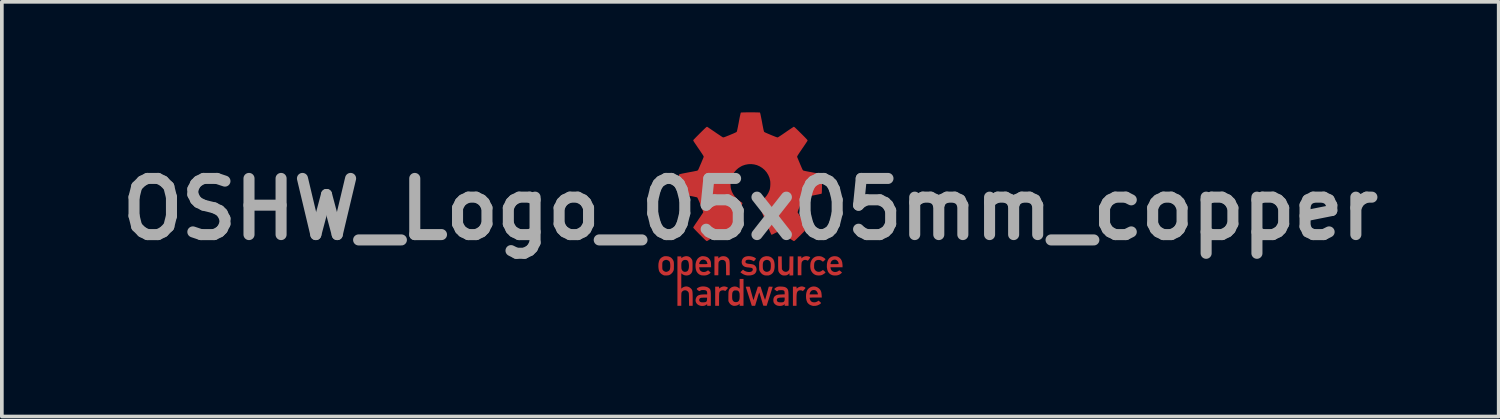
<source format=kicad_pcb>
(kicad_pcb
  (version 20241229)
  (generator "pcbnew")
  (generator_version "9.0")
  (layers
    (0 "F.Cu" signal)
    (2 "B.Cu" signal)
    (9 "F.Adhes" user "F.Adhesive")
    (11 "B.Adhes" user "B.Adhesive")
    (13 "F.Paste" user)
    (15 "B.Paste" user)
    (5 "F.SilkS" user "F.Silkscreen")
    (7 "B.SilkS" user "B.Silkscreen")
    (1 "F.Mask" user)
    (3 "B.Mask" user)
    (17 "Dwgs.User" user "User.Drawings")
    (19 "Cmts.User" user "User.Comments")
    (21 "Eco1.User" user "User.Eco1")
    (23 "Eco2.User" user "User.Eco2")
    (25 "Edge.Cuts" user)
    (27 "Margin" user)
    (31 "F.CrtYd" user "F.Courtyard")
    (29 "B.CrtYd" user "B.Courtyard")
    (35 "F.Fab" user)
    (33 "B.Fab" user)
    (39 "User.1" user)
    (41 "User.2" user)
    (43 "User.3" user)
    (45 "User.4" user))
  (footprint "OSHW_Logo_05x05mm_copper"
    (layer "F.Cu")
    (at 17.316 2.628)
    (property "Reference" "OSHW_Logo_05x05mm_copper" (at 0 0 0) (layer "F.Fab") (effects (font (size 1.524 1.524) (thickness 0.3))))
    (attr board_only exclude_from_pos_files exclude_from_bom)
    (fp_poly (pts (xy 1.555 1.278) (xy 1.585 1.284) (xy 1.609 1.294) (xy 1.624 1.305) (xy 1.626 1.307) (xy 1.624 1.315) (xy 1.616 1.329) (xy 1.604 1.347) (xy 1.59 1.366) (xy 1.576 1.383) (xy 1.564 1.394) (xy 1.558 1.398) (xy 1.558 1.398) (xy 1.55 1.394) (xy 1.535 1.387) (xy 1.528 1.384) (xy 1.495 1.376) (xy 1.463 1.379) (xy 1.434 1.393) (xy 1.41 1.416) (xy 1.395 1.447) (xy 1.394 1.449) (xy 1.392 1.465) (xy 1.39 1.491) (xy 1.388 1.528) (xy 1.387 1.573) (xy 1.387 1.625) (xy 1.387 1.635) (xy 1.387 1.794) (xy 1.288 1.794) (xy 1.288 1.282) (xy 1.387 1.282) (xy 1.387 1.335) (xy 1.408 1.317) (xy 1.445 1.292) (xy 1.486 1.279) (xy 1.525 1.275)) (stroke (width 0) (type solid)) (fill yes) (layer "F.Cu"))
    (fp_poly (pts (xy -0.685 2.099) (xy -0.655 2.107) (xy -0.628 2.118) (xy -0.615 2.126) (xy -0.61 2.13) (xy -0.608 2.135) (xy -0.609 2.141) (xy -0.616 2.151) (xy -0.629 2.167) (xy -0.649 2.19) (xy -0.659 2.201) (xy -0.671 2.214) (xy -0.68 2.219) (xy -0.689 2.217) (xy -0.697 2.212) (xy -0.723 2.203) (xy -0.754 2.202) (xy -0.785 2.208) (xy -0.802 2.216) (xy -0.815 2.226) (xy -0.825 2.235) (xy -0.833 2.246) (xy -0.839 2.261) (xy -0.843 2.281) (xy -0.845 2.308) (xy -0.847 2.343) (xy -0.848 2.387) (xy -0.848 2.443) (xy -0.848 2.45) (xy -0.848 2.622) (xy -0.953 2.622) (xy -0.953 2.103) (xy -0.848 2.103) (xy -0.848 2.156) (xy -0.823 2.136) (xy -0.786 2.114) (xy -0.745 2.1) (xy -0.713 2.096)) (stroke (width 0) (type solid)) (fill yes) (layer "F.Cu"))
    (fp_poly (pts (xy 1.42 2.099) (xy 1.443 2.105) (xy 1.466 2.114) (xy 1.485 2.124) (xy 1.497 2.133) (xy 1.498 2.137) (xy 1.494 2.146) (xy 1.483 2.161) (xy 1.467 2.18) (xy 1.463 2.185) (xy 1.428 2.224) (xy 1.411 2.213) (xy 1.39 2.205) (xy 1.362 2.202) (xy 1.335 2.203) (xy 1.312 2.21) (xy 1.308 2.213) (xy 1.293 2.224) (xy 1.282 2.236) (xy 1.273 2.251) (xy 1.266 2.27) (xy 1.261 2.295) (xy 1.258 2.327) (xy 1.256 2.368) (xy 1.255 2.42) (xy 1.255 2.468) (xy 1.255 2.622) (xy 1.157 2.622) (xy 1.157 2.103) (xy 1.255 2.103) (xy 1.255 2.129) (xy 1.257 2.148) (xy 1.262 2.154) (xy 1.272 2.149) (xy 1.281 2.139) (xy 1.302 2.124) (xy 1.331 2.111) (xy 1.363 2.101) (xy 1.394 2.097) (xy 1.398 2.096)) (stroke (width 0) (type solid)) (fill yes) (layer "F.Cu"))
    (fp_poly (pts (xy 0.855 1.455) (xy 0.858 1.628) (xy 0.875 1.654) (xy 0.897 1.679) (xy 0.923 1.692) (xy 0.96 1.701) (xy 0.994 1.696) (xy 1.024 1.679) (xy 1.048 1.654) (xy 1.052 1.647) (xy 1.055 1.64) (xy 1.057 1.63) (xy 1.059 1.616) (xy 1.061 1.596) (xy 1.062 1.568) (xy 1.062 1.531) (xy 1.063 1.483) (xy 1.063 1.458) (xy 1.065 1.282) (xy 1.17 1.282) (xy 1.168 1.539) (xy 1.166 1.797) (xy 1.116 1.799) (xy 1.065 1.801) (xy 1.065 1.741) (xy 1.038 1.763) (xy 1.018 1.778) (xy 0.995 1.79) (xy 0.987 1.793) (xy 0.959 1.798) (xy 0.925 1.8) (xy 0.893 1.798) (xy 0.872 1.794) (xy 0.836 1.777) (xy 0.804 1.75) (xy 0.778 1.715) (xy 0.763 1.683) (xy 0.761 1.668) (xy 0.759 1.641) (xy 0.757 1.601) (xy 0.756 1.549) (xy 0.756 1.483) (xy 0.756 1.471) (xy 0.756 1.282) (xy 0.853 1.282)) (stroke (width 0) (type solid)) (fill yes) (layer "F.Cu"))
    (fp_poly (pts (xy -0.718 1.276) (xy -0.679 1.282) (xy -0.647 1.294) (xy -0.619 1.314) (xy -0.605 1.327) (xy -0.593 1.34) (xy -0.583 1.353) (xy -0.575 1.368) (xy -0.569 1.386) (xy -0.565 1.408) (xy -0.562 1.437) (xy -0.56 1.473) (xy -0.559 1.519) (xy -0.559 1.575) (xy -0.559 1.605) (xy -0.559 1.794) (xy -0.656 1.794) (xy -0.658 1.622) (xy -0.659 1.565) (xy -0.66 1.52) (xy -0.662 1.485) (xy -0.665 1.459) (xy -0.668 1.439) (xy -0.674 1.424) (xy -0.681 1.412) (xy -0.691 1.403) (xy -0.703 1.394) (xy -0.705 1.392) (xy -0.723 1.382) (xy -0.745 1.378) (xy -0.764 1.377) (xy -0.796 1.38) (xy -0.821 1.392) (xy -0.844 1.414) (xy -0.851 1.422) (xy -0.855 1.428) (xy -0.858 1.435) (xy -0.86 1.445) (xy -0.862 1.46) (xy -0.864 1.48) (xy -0.865 1.508) (xy -0.865 1.545) (xy -0.866 1.593) (xy -0.866 1.617) (xy -0.868 1.794) (xy -0.973 1.794) (xy -0.973 1.282) (xy -0.867 1.282) (xy -0.867 1.335) (xy -0.845 1.316) (xy -0.809 1.291) (xy -0.767 1.278) (xy -0.719 1.276)) (stroke (width 0) (type solid)) (fill yes) (layer "F.Cu"))
    (fp_poly (pts (xy 1.915 1.281) (xy 1.94 1.288) (xy 1.961 1.298) (xy 1.985 1.311) (xy 2.008 1.327) (xy 2.027 1.341) (xy 2.039 1.353) (xy 2.042 1.357) (xy 2.038 1.365) (xy 2.027 1.378) (xy 2.01 1.394) (xy 2.008 1.396) (xy 1.972 1.427) (xy 1.947 1.407) (xy 1.913 1.387) (xy 1.875 1.377) (xy 1.837 1.377) (xy 1.801 1.387) (xy 1.778 1.4) (xy 1.758 1.42) (xy 1.744 1.444) (xy 1.736 1.475) (xy 1.732 1.514) (xy 1.732 1.538) (xy 1.732 1.57) (xy 1.733 1.593) (xy 1.736 1.61) (xy 1.742 1.624) (xy 1.748 1.636) (xy 1.773 1.668) (xy 1.804 1.689) (xy 1.839 1.7) (xy 1.877 1.7) (xy 1.915 1.688) (xy 1.947 1.668) (xy 1.972 1.649) (xy 2.008 1.68) (xy 2.025 1.696) (xy 2.037 1.71) (xy 2.042 1.718) (xy 2.042 1.718) (xy 2.034 1.728) (xy 2.018 1.742) (xy 1.996 1.757) (xy 1.972 1.772) (xy 1.95 1.784) (xy 1.94 1.788) (xy 1.9 1.797) (xy 1.855 1.8) (xy 1.809 1.796) (xy 1.776 1.788) (xy 1.731 1.766) (xy 1.693 1.733) (xy 1.662 1.691) (xy 1.64 1.642) (xy 1.639 1.637) (xy 1.632 1.602) (xy 1.628 1.559) (xy 1.629 1.513) (xy 1.633 1.47) (xy 1.639 1.438) (xy 1.66 1.389) (xy 1.689 1.346) (xy 1.726 1.313) (xy 1.769 1.29) (xy 1.782 1.285) (xy 1.825 1.277) (xy 1.871 1.275)) (stroke (width 0) (type solid)) (fill yes) (layer "F.Cu"))
    (fp_poly (pts (xy -0.184 2.622) (xy -0.289 2.622) (xy -0.289 2.567) (xy -0.304 2.581) (xy -0.335 2.603) (xy -0.374 2.617) (xy -0.416 2.624) (xy -0.456 2.622) (xy -0.469 2.62) (xy -0.512 2.601) (xy -0.547 2.574) (xy -0.574 2.536) (xy -0.575 2.534) (xy -0.595 2.495) (xy -0.595 2.37) (xy -0.595 2.366) (xy -0.493 2.366) (xy -0.492 2.402) (xy -0.49 2.429) (xy -0.487 2.449) (xy -0.482 2.465) (xy -0.48 2.469) (xy -0.461 2.498) (xy -0.434 2.516) (xy -0.399 2.523) (xy -0.391 2.524) (xy -0.356 2.519) (xy -0.336 2.51) (xy -0.318 2.496) (xy -0.305 2.477) (xy -0.296 2.451) (xy -0.291 2.417) (xy -0.289 2.372) (xy -0.289 2.363) (xy -0.29 2.325) (xy -0.291 2.298) (xy -0.295 2.278) (xy -0.299 2.262) (xy -0.302 2.257) (xy -0.315 2.232) (xy -0.33 2.217) (xy -0.35 2.208) (xy -0.378 2.205) (xy -0.391 2.205) (xy -0.417 2.205) (xy -0.434 2.207) (xy -0.446 2.212) (xy -0.457 2.222) (xy -0.46 2.224) (xy -0.473 2.239) (xy -0.482 2.256) (xy -0.488 2.279) (xy -0.491 2.308) (xy -0.493 2.347) (xy -0.493 2.366) (xy -0.595 2.366) (xy -0.594 2.316) (xy -0.593 2.273) (xy -0.59 2.24) (xy -0.585 2.214) (xy -0.578 2.193) (xy -0.569 2.175) (xy -0.555 2.159) (xy -0.545 2.148) (xy -0.509 2.12) (xy -0.467 2.104) (xy -0.424 2.098) (xy -0.38 2.103) (xy -0.338 2.12) (xy -0.304 2.144) (xy -0.289 2.158) (xy -0.289 1.893) (xy -0.184 1.893)) (stroke (width 0) (type solid)) (fill yes) (layer "F.Cu"))
    (fp_poly (pts (xy 1.767 2.102) (xy 1.813 2.117) (xy 1.855 2.144) (xy 1.879 2.166) (xy 1.901 2.193) (xy 1.916 2.221) (xy 1.927 2.253) (xy 1.933 2.292) (xy 1.937 2.331) (xy 1.941 2.399) (xy 1.775 2.399) (xy 1.722 2.399) (xy 1.681 2.399) (xy 1.65 2.4) (xy 1.629 2.402) (xy 1.616 2.403) (xy 1.611 2.406) (xy 1.61 2.407) (xy 1.613 2.426) (xy 1.621 2.451) (xy 1.631 2.475) (xy 1.638 2.487) (xy 1.662 2.51) (xy 1.693 2.524) (xy 1.73 2.529) (xy 1.768 2.526) (xy 1.805 2.513) (xy 1.828 2.5) (xy 1.853 2.482) (xy 1.89 2.514) (xy 1.908 2.53) (xy 1.918 2.542) (xy 1.918 2.552) (xy 1.909 2.563) (xy 1.89 2.577) (xy 1.876 2.586) (xy 1.829 2.61) (xy 1.777 2.623) (xy 1.722 2.626) (xy 1.686 2.622) (xy 1.64 2.607) (xy 1.598 2.584) (xy 1.565 2.554) (xy 1.544 2.524) (xy 1.526 2.476) (xy 1.515 2.422) (xy 1.512 2.363) (xy 1.515 2.313) (xy 1.61 2.313) (xy 1.834 2.313) (xy 1.834 2.298) (xy 1.829 2.277) (xy 1.817 2.252) (xy 1.801 2.228) (xy 1.783 2.211) (xy 1.782 2.21) (xy 1.754 2.198) (xy 1.721 2.195) (xy 1.688 2.2) (xy 1.669 2.207) (xy 1.648 2.225) (xy 1.629 2.251) (xy 1.617 2.282) (xy 1.614 2.292) (xy 1.61 2.313) (xy 1.515 2.313) (xy 1.515 2.305) (xy 1.526 2.25) (xy 1.544 2.202) (xy 1.544 2.202) (xy 1.556 2.184) (xy 1.574 2.163) (xy 1.585 2.151) (xy 1.626 2.122) (xy 1.671 2.104) (xy 1.719 2.097)) (stroke (width 0) (type solid)) (fill yes) (layer "F.Cu"))
    (fp_poly (pts (xy 0.492 1.279) (xy 0.541 1.293) (xy 0.583 1.318) (xy 0.617 1.353) (xy 0.633 1.378) (xy 0.646 1.413) (xy 0.656 1.458) (xy 0.661 1.509) (xy 0.661 1.564) (xy 0.658 1.601) (xy 0.648 1.656) (xy 0.631 1.7) (xy 0.606 1.736) (xy 0.573 1.765) (xy 0.542 1.782) (xy 0.519 1.792) (xy 0.498 1.798) (xy 0.474 1.8) (xy 0.45 1.8) (xy 0.421 1.799) (xy 0.394 1.796) (xy 0.374 1.791) (xy 0.372 1.79) (xy 0.327 1.767) (xy 0.29 1.733) (xy 0.26 1.689) (xy 0.254 1.678) (xy 0.249 1.665) (xy 0.245 1.652) (xy 0.242 1.636) (xy 0.241 1.615) (xy 0.24 1.586) (xy 0.24 1.548) (xy 0.24 1.538) (xy 0.24 1.535) (xy 0.339 1.535) (xy 0.34 1.578) (xy 0.343 1.612) (xy 0.35 1.637) (xy 0.361 1.657) (xy 0.374 1.672) (xy 0.404 1.692) (xy 0.438 1.701) (xy 0.474 1.697) (xy 0.5 1.687) (xy 0.521 1.674) (xy 0.537 1.658) (xy 0.547 1.638) (xy 0.553 1.609) (xy 0.557 1.571) (xy 0.558 1.554) (xy 0.558 1.52) (xy 0.557 1.489) (xy 0.554 1.464) (xy 0.553 1.454) (xy 0.538 1.422) (xy 0.514 1.397) (xy 0.485 1.381) (xy 0.451 1.376) (xy 0.417 1.381) (xy 0.387 1.395) (xy 0.367 1.411) (xy 0.353 1.432) (xy 0.345 1.458) (xy 0.34 1.493) (xy 0.339 1.535) (xy 0.24 1.535) (xy 0.24 1.497) (xy 0.241 1.467) (xy 0.242 1.445) (xy 0.244 1.429) (xy 0.248 1.415) (xy 0.253 1.402) (xy 0.257 1.393) (xy 0.284 1.348) (xy 0.32 1.314) (xy 0.362 1.291) (xy 0.413 1.278) (xy 0.437 1.276)) (stroke (width 0) (type solid)) (fill yes) (layer "F.Cu"))
    (fp_poly (pts (xy 2.325 1.278) (xy 2.369 1.288) (xy 2.409 1.31) (xy 2.423 1.32) (xy 2.457 1.354) (xy 2.481 1.397) (xy 2.496 1.449) (xy 2.503 1.51) (xy 2.504 1.532) (xy 2.504 1.577) (xy 2.176 1.577) (xy 2.18 1.602) (xy 2.19 1.638) (xy 2.209 1.667) (xy 2.221 1.678) (xy 2.253 1.697) (xy 2.29 1.705) (xy 2.329 1.704) (xy 2.367 1.692) (xy 2.4 1.671) (xy 2.402 1.669) (xy 2.41 1.663) (xy 2.416 1.661) (xy 2.425 1.666) (xy 2.44 1.677) (xy 2.453 1.687) (xy 2.49 1.719) (xy 2.469 1.74) (xy 2.451 1.755) (xy 2.427 1.771) (xy 2.412 1.779) (xy 2.377 1.792) (xy 2.334 1.799) (xy 2.288 1.8) (xy 2.246 1.796) (xy 2.217 1.788) (xy 2.172 1.766) (xy 2.136 1.735) (xy 2.109 1.696) (xy 2.091 1.647) (xy 2.08 1.588) (xy 2.078 1.561) (xy 2.08 1.493) (xy 2.081 1.484) (xy 2.177 1.484) (xy 2.18 1.488) (xy 2.188 1.49) (xy 2.203 1.491) (xy 2.227 1.492) (xy 2.261 1.492) (xy 2.287 1.492) (xy 2.328 1.492) (xy 2.357 1.491) (xy 2.377 1.49) (xy 2.39 1.489) (xy 2.396 1.486) (xy 2.398 1.483) (xy 2.399 1.48) (xy 2.392 1.446) (xy 2.376 1.416) (xy 2.351 1.39) (xy 2.321 1.374) (xy 2.305 1.37) (xy 2.27 1.371) (xy 2.237 1.383) (xy 2.21 1.403) (xy 2.191 1.431) (xy 2.185 1.449) (xy 2.181 1.468) (xy 2.177 1.48) (xy 2.177 1.484) (xy 2.081 1.484) (xy 2.09 1.433) (xy 2.108 1.383) (xy 2.135 1.341) (xy 2.171 1.31) (xy 2.213 1.288) (xy 2.264 1.277) (xy 2.275 1.276)) (stroke (width 0) (type solid)) (fill yes) (layer "F.Cu"))
    (fp_poly (pts (xy -1.272 1.276) (xy -1.266 1.276) (xy -1.212 1.285) (xy -1.165 1.303) (xy -1.127 1.332) (xy -1.096 1.372) (xy -1.085 1.393) (xy -1.077 1.412) (xy -1.072 1.43) (xy -1.069 1.451) (xy -1.067 1.479) (xy -1.066 1.503) (xy -1.063 1.577) (xy -1.388 1.577) (xy -1.384 1.604) (xy -1.374 1.641) (xy -1.356 1.668) (xy -1.336 1.685) (xy -1.299 1.702) (xy -1.259 1.706) (xy -1.218 1.7) (xy -1.18 1.682) (xy -1.171 1.676) (xy -1.146 1.658) (xy -1.074 1.721) (xy -1.093 1.74) (xy -1.109 1.754) (xy -1.132 1.768) (xy -1.152 1.779) (xy -1.176 1.788) (xy -1.199 1.794) (xy -1.225 1.798) (xy -1.252 1.799) (xy -1.291 1.798) (xy -1.323 1.795) (xy -1.339 1.791) (xy -1.387 1.77) (xy -1.425 1.738) (xy -1.455 1.697) (xy -1.473 1.653) (xy -1.48 1.62) (xy -1.485 1.58) (xy -1.487 1.538) (xy -1.486 1.498) (xy -1.485 1.49) (xy -1.483 1.477) (xy -1.387 1.477) (xy -1.386 1.482) (xy -1.384 1.486) (xy -1.378 1.489) (xy -1.367 1.491) (xy -1.348 1.491) (xy -1.32 1.492) (xy -1.281 1.492) (xy -1.275 1.492) (xy -1.238 1.491) (xy -1.207 1.491) (xy -1.182 1.489) (xy -1.167 1.488) (xy -1.163 1.486) (xy -1.166 1.469) (xy -1.174 1.446) (xy -1.183 1.424) (xy -1.194 1.406) (xy -1.198 1.401) (xy -1.228 1.381) (xy -1.261 1.371) (xy -1.296 1.371) (xy -1.327 1.382) (xy -1.342 1.392) (xy -1.359 1.412) (xy -1.375 1.437) (xy -1.384 1.463) (xy -1.387 1.477) (xy -1.483 1.477) (xy -1.473 1.43) (xy -1.453 1.379) (xy -1.425 1.338) (xy -1.387 1.306) (xy -1.36 1.292) (xy -1.337 1.282) (xy -1.319 1.277) (xy -1.298 1.275)) (stroke (width 0) (type solid)) (fill yes) (layer "F.Cu"))
    (fp_poly (pts (xy 0.013 1.279) (xy 0.062 1.29) (xy 0.105 1.306) (xy 0.14 1.328) (xy 0.146 1.332) (xy 0.152 1.339) (xy 0.153 1.345) (xy 0.149 1.355) (xy 0.137 1.369) (xy 0.119 1.39) (xy 0.098 1.415) (xy 0.064 1.397) (xy 0.027 1.382) (xy -0.011 1.374) (xy -0.047 1.371) (xy -0.079 1.374) (xy -0.105 1.382) (xy -0.122 1.396) (xy -0.129 1.409) (xy -0.132 1.433) (xy -0.127 1.451) (xy -0.113 1.465) (xy -0.089 1.475) (xy -0.054 1.482) (xy -0.022 1.486) (xy 0.011 1.489) (xy 0.042 1.494) (xy 0.068 1.499) (xy 0.08 1.502) (xy 0.114 1.52) (xy 0.141 1.546) (xy 0.159 1.578) (xy 0.169 1.614) (xy 0.17 1.652) (xy 0.163 1.689) (xy 0.147 1.723) (xy 0.122 1.752) (xy 0.106 1.764) (xy 0.066 1.783) (xy 0.019 1.795) (xy -0.033 1.8) (xy -0.084 1.799) (xy -0.132 1.79) (xy -0.138 1.788) (xy -0.183 1.77) (xy -0.226 1.745) (xy -0.251 1.726) (xy -0.269 1.711) (xy -0.233 1.676) (xy -0.197 1.64) (xy -0.182 1.654) (xy -0.169 1.665) (xy -0.147 1.677) (xy -0.128 1.686) (xy -0.092 1.699) (xy -0.052 1.705) (xy -0.014 1.705) (xy 0.019 1.698) (xy 0.033 1.692) (xy 0.054 1.674) (xy 0.067 1.653) (xy 0.069 1.631) (xy 0.061 1.611) (xy 0.05 1.6) (xy 0.037 1.595) (xy 0.015 1.59) (xy -0.014 1.586) (xy -0.037 1.583) (xy -0.079 1.579) (xy -0.112 1.574) (xy -0.137 1.567) (xy -0.157 1.559) (xy -0.176 1.548) (xy -0.178 1.547) (xy -0.206 1.521) (xy -0.225 1.488) (xy -0.234 1.45) (xy -0.233 1.412) (xy -0.223 1.374) (xy -0.203 1.339) (xy -0.188 1.322) (xy -0.156 1.299) (xy -0.119 1.284) (xy -0.073 1.276) (xy -0.037 1.275)) (stroke (width 0) (type solid)) (fill yes) (layer "F.Cu"))
    (fp_poly (pts (xy -1.238 2.099) (xy -1.191 2.108) (xy -1.15 2.124) (xy -1.116 2.147) (xy -1.109 2.153) (xy -1.099 2.165) (xy -1.091 2.177) (xy -1.085 2.191) (xy -1.08 2.208) (xy -1.076 2.23) (xy -1.074 2.259) (xy -1.072 2.296) (xy -1.071 2.342) (xy -1.071 2.399) (xy -1.071 2.426) (xy -1.071 2.622) (xy -1.17 2.622) (xy -1.17 2.576) (xy -1.195 2.595) (xy -1.229 2.615) (xy -1.271 2.625) (xy -1.318 2.626) (xy -1.352 2.622) (xy -1.396 2.607) (xy -1.433 2.584) (xy -1.461 2.554) (xy -1.479 2.518) (xy -1.486 2.478) (xy -1.483 2.452) (xy -1.387 2.452) (xy -1.387 2.475) (xy -1.378 2.497) (xy -1.361 2.515) (xy -1.337 2.525) (xy -1.315 2.528) (xy -1.287 2.529) (xy -1.257 2.528) (xy -1.231 2.525) (xy -1.213 2.521) (xy -1.194 2.51) (xy -1.183 2.495) (xy -1.176 2.472) (xy -1.174 2.442) (xy -1.173 2.402) (xy -1.255 2.402) (xy -1.293 2.403) (xy -1.321 2.404) (xy -1.34 2.407) (xy -1.354 2.412) (xy -1.358 2.414) (xy -1.378 2.43) (xy -1.387 2.452) (xy -1.483 2.452) (xy -1.481 2.436) (xy -1.467 2.398) (xy -1.45 2.371) (xy -1.428 2.35) (xy -1.401 2.335) (xy -1.365 2.324) (xy -1.32 2.317) (xy -1.265 2.314) (xy -1.237 2.313) (xy -1.17 2.313) (xy -1.17 2.285) (xy -1.173 2.251) (xy -1.182 2.226) (xy -1.199 2.209) (xy -1.225 2.2) (xy -1.262 2.195) (xy -1.28 2.195) (xy -1.308 2.196) (xy -1.328 2.198) (xy -1.342 2.203) (xy -1.357 2.211) (xy -1.374 2.221) (xy -1.387 2.224) (xy -1.389 2.223) (xy -1.399 2.217) (xy -1.415 2.205) (xy -1.428 2.196) (xy -1.446 2.181) (xy -1.453 2.168) (xy -1.449 2.155) (xy -1.433 2.141) (xy -1.42 2.132) (xy -1.381 2.113) (xy -1.336 2.101) (xy -1.287 2.096)) (stroke (width 0) (type solid)) (fill yes) (layer "F.Cu"))
    (fp_poly (pts (xy -2.286 1.276) (xy -2.274 1.276) (xy -2.22 1.283) (xy -2.173 1.301) (xy -2.135 1.329) (xy -2.104 1.368) (xy -2.09 1.393) (xy -2.084 1.407) (xy -2.08 1.42) (xy -2.077 1.435) (xy -2.075 1.453) (xy -2.074 1.478) (xy -2.073 1.512) (xy -2.073 1.538) (xy -2.074 1.578) (xy -2.074 1.608) (xy -2.075 1.63) (xy -2.078 1.647) (xy -2.081 1.66) (xy -2.086 1.673) (xy -2.09 1.682) (xy -2.117 1.725) (xy -2.153 1.76) (xy -2.188 1.783) (xy -2.209 1.791) (xy -2.234 1.796) (xy -2.266 1.799) (xy -2.277 1.799) (xy -2.307 1.8) (xy -2.328 1.799) (xy -2.346 1.795) (xy -2.364 1.788) (xy -2.376 1.782) (xy -2.42 1.754) (xy -2.454 1.717) (xy -2.471 1.689) (xy -2.481 1.66) (xy -2.489 1.621) (xy -2.494 1.577) (xy -2.495 1.538) (xy -2.389 1.538) (xy -2.389 1.575) (xy -2.388 1.602) (xy -2.386 1.621) (xy -2.383 1.634) (xy -2.378 1.646) (xy -2.376 1.65) (xy -2.358 1.67) (xy -2.332 1.688) (xy -2.304 1.699) (xy -2.284 1.702) (xy -2.266 1.699) (xy -2.243 1.691) (xy -2.235 1.687) (xy -2.214 1.675) (xy -2.198 1.661) (xy -2.193 1.656) (xy -2.183 1.634) (xy -2.176 1.602) (xy -2.172 1.565) (xy -2.172 1.526) (xy -2.174 1.487) (xy -2.18 1.453) (xy -2.189 1.427) (xy -2.193 1.42) (xy -2.215 1.399) (xy -2.244 1.384) (xy -2.275 1.376) (xy -2.295 1.376) (xy -2.332 1.387) (xy -2.361 1.406) (xy -2.377 1.427) (xy -2.382 1.439) (xy -2.385 1.453) (xy -2.388 1.473) (xy -2.389 1.502) (xy -2.389 1.538) (xy -2.495 1.538) (xy -2.495 1.53) (xy -2.493 1.483) (xy -2.492 1.475) (xy -2.481 1.42) (xy -2.465 1.376) (xy -2.44 1.34) (xy -2.408 1.312) (xy -2.373 1.293) (xy -2.35 1.283) (xy -2.332 1.278) (xy -2.312 1.276)) (stroke (width 0) (type solid)) (fill yes) (layer "F.Cu"))
    (fp_poly (pts (xy 0.033 2.284) (xy 0.046 2.33) (xy 0.057 2.372) (xy 0.068 2.408) (xy 0.076 2.437) (xy 0.083 2.456) (xy 0.086 2.464) (xy 0.086 2.464) (xy 0.091 2.459) (xy 0.095 2.446) (xy 0.098 2.435) (xy 0.105 2.414) (xy 0.114 2.383) (xy 0.126 2.346) (xy 0.14 2.304) (xy 0.152 2.266) (xy 0.205 2.103) (xy 0.28 2.103) (xy 0.338 2.284) (xy 0.353 2.33) (xy 0.367 2.371) (xy 0.379 2.406) (xy 0.39 2.433) (xy 0.397 2.452) (xy 0.401 2.459) (xy 0.401 2.46) (xy 0.404 2.452) (xy 0.41 2.434) (xy 0.418 2.406) (xy 0.428 2.371) (xy 0.44 2.329) (xy 0.452 2.284) (xy 0.453 2.281) (xy 0.465 2.235) (xy 0.477 2.194) (xy 0.486 2.158) (xy 0.494 2.131) (xy 0.5 2.112) (xy 0.502 2.105) (xy 0.502 2.105) (xy 0.509 2.104) (xy 0.526 2.104) (xy 0.55 2.104) (xy 0.556 2.104) (xy 0.608 2.106) (xy 0.444 2.623) (xy 0.398 2.621) (xy 0.352 2.619) (xy 0.299 2.44) (xy 0.286 2.394) (xy 0.273 2.352) (xy 0.262 2.316) (xy 0.253 2.288) (xy 0.246 2.269) (xy 0.243 2.261) (xy 0.243 2.261) (xy 0.24 2.267) (xy 0.234 2.284) (xy 0.225 2.309) (xy 0.215 2.342) (xy 0.203 2.381) (xy 0.198 2.397) (xy 0.185 2.441) (xy 0.173 2.483) (xy 0.161 2.521) (xy 0.152 2.552) (xy 0.145 2.575) (xy 0.144 2.578) (xy 0.131 2.622) (xy 0.04 2.622) (xy 0.034 2.601) (xy 0.027 2.58) (xy 0.018 2.551) (xy 0.006 2.514) (xy -0.007 2.472) (xy -0.022 2.426) (xy -0.037 2.378) (xy -0.053 2.329) (xy -0.068 2.282) (xy -0.082 2.237) (xy -0.095 2.196) (xy -0.106 2.162) (xy -0.115 2.136) (xy -0.121 2.118) (xy -0.123 2.113) (xy -0.122 2.108) (xy -0.116 2.105) (xy -0.1 2.103) (xy -0.074 2.103) (xy -0.071 2.103) (xy -0.016 2.103)) (stroke (width 0) (type solid)) (fill yes) (layer "F.Cu"))
    (fp_poly (pts (xy 0.882 2.103) (xy 0.926 2.11) (xy 0.96 2.123) (xy 0.987 2.141) (xy 0.998 2.152) (xy 1.009 2.166) (xy 1.018 2.18) (xy 1.024 2.196) (xy 1.03 2.216) (xy 1.033 2.241) (xy 1.036 2.273) (xy 1.037 2.314) (xy 1.038 2.364) (xy 1.038 2.426) (xy 1.038 2.433) (xy 1.038 2.622) (xy 0.933 2.622) (xy 0.933 2.598) (xy 0.933 2.582) (xy 0.93 2.578) (xy 0.925 2.583) (xy 0.922 2.587) (xy 0.9 2.605) (xy 0.869 2.617) (xy 0.832 2.625) (xy 0.791 2.626) (xy 0.751 2.621) (xy 0.744 2.62) (xy 0.702 2.604) (xy 0.668 2.578) (xy 0.648 2.555) (xy 0.636 2.536) (xy 0.63 2.515) (xy 0.626 2.487) (xy 0.626 2.484) (xy 0.626 2.464) (xy 0.72 2.464) (xy 0.726 2.492) (xy 0.742 2.512) (xy 0.765 2.523) (xy 0.788 2.527) (xy 0.818 2.529) (xy 0.849 2.529) (xy 0.877 2.526) (xy 0.893 2.523) (xy 0.913 2.51) (xy 0.927 2.488) (xy 0.933 2.456) (xy 0.933 2.438) (xy 0.933 2.399) (xy 0.867 2.399) (xy 0.817 2.4) (xy 0.779 2.405) (xy 0.751 2.414) (xy 0.733 2.426) (xy 0.723 2.444) (xy 0.72 2.464) (xy 0.626 2.464) (xy 0.627 2.437) (xy 0.639 2.398) (xy 0.66 2.366) (xy 0.693 2.342) (xy 0.711 2.333) (xy 0.728 2.327) (xy 0.746 2.322) (xy 0.768 2.319) (xy 0.798 2.317) (xy 0.838 2.315) (xy 0.839 2.315) (xy 0.934 2.311) (xy 0.932 2.269) (xy 0.93 2.245) (xy 0.927 2.23) (xy 0.92 2.22) (xy 0.911 2.212) (xy 0.901 2.206) (xy 0.888 2.201) (xy 0.87 2.199) (xy 0.844 2.198) (xy 0.828 2.198) (xy 0.798 2.199) (xy 0.777 2.2) (xy 0.764 2.203) (xy 0.754 2.208) (xy 0.748 2.213) (xy 0.735 2.223) (xy 0.727 2.228) (xy 0.727 2.228) (xy 0.719 2.224) (xy 0.705 2.215) (xy 0.688 2.202) (xy 0.671 2.189) (xy 0.658 2.177) (xy 0.651 2.17) (xy 0.651 2.169) (xy 0.656 2.16) (xy 0.67 2.147) (xy 0.689 2.132) (xy 0.71 2.119) (xy 0.72 2.115) (xy 0.736 2.108) (xy 0.753 2.104) (xy 0.773 2.101) (xy 0.799 2.1) (xy 0.828 2.1)) (stroke (width 0) (type solid)) (fill yes) (layer "F.Cu"))
    (fp_poly (pts (xy -1.681 1.283) (xy -1.642 1.302) (xy -1.609 1.331) (xy -1.583 1.37) (xy -1.581 1.374) (xy -1.577 1.385) (xy -1.573 1.396) (xy -1.571 1.41) (xy -1.569 1.429) (xy -1.568 1.454) (xy -1.567 1.488) (xy -1.567 1.533) (xy -1.567 1.538) (xy -1.568 1.588) (xy -1.568 1.626) (xy -1.57 1.656) (xy -1.574 1.679) (xy -1.579 1.698) (xy -1.586 1.714) (xy -1.596 1.73) (xy -1.607 1.745) (xy -1.636 1.772) (xy -1.672 1.79) (xy -1.712 1.799) (xy -1.754 1.799) (xy -1.796 1.79) (xy -1.835 1.771) (xy -1.852 1.758) (xy -1.873 1.74) (xy -1.873 2.158) (xy -1.854 2.14) (xy -1.83 2.123) (xy -1.797 2.108) (xy -1.763 2.099) (xy -1.739 2.096) (xy -1.693 2.103) (xy -1.651 2.121) (xy -1.616 2.149) (xy -1.602 2.163) (xy -1.591 2.177) (xy -1.582 2.192) (xy -1.576 2.209) (xy -1.571 2.23) (xy -1.568 2.257) (xy -1.566 2.292) (xy -1.565 2.335) (xy -1.564 2.388) (xy -1.564 2.433) (xy -1.564 2.622) (xy -1.662 2.622) (xy -1.664 2.45) (xy -1.664 2.397) (xy -1.665 2.356) (xy -1.666 2.325) (xy -1.668 2.301) (xy -1.669 2.285) (xy -1.672 2.272) (xy -1.675 2.263) (xy -1.679 2.255) (xy -1.679 2.254) (xy -1.702 2.227) (xy -1.73 2.209) (xy -1.761 2.201) (xy -1.793 2.203) (xy -1.823 2.214) (xy -1.848 2.234) (xy -1.861 2.254) (xy -1.865 2.263) (xy -1.868 2.273) (xy -1.87 2.287) (xy -1.871 2.307) (xy -1.872 2.334) (xy -1.873 2.37) (xy -1.873 2.416) (xy -1.873 2.45) (xy -1.873 2.622) (xy -1.978 2.622) (xy -1.978 1.538) (xy -1.872 1.538) (xy -1.871 1.573) (xy -1.869 1.605) (xy -1.865 1.628) (xy -1.863 1.632) (xy -1.846 1.665) (xy -1.821 1.688) (xy -1.79 1.7) (xy -1.753 1.699) (xy -1.733 1.695) (xy -1.707 1.681) (xy -1.687 1.657) (xy -1.674 1.622) (xy -1.666 1.578) (xy -1.665 1.525) (xy -1.669 1.484) (xy -1.677 1.443) (xy -1.689 1.413) (xy -1.707 1.393) (xy -1.731 1.381) (xy -1.736 1.38) (xy -1.773 1.376) (xy -1.807 1.383) (xy -1.836 1.401) (xy -1.857 1.427) (xy -1.866 1.449) (xy -1.87 1.472) (xy -1.872 1.503) (xy -1.872 1.538) (xy -1.978 1.538) (xy -1.978 1.282) (xy -1.873 1.282) (xy -1.873 1.305) (xy -1.873 1.321) (xy -1.869 1.325) (xy -1.861 1.321) (xy -1.858 1.318) (xy -1.814 1.292) (xy -1.768 1.278) (xy -1.724 1.275)) (stroke (width 0) (type solid)) (fill yes) (layer "F.Cu"))
    (fp_poly (pts (xy 0.033 -2.628) (xy 0.083 -2.628) (xy 0.13 -2.628) (xy 0.173 -2.627) (xy 0.209 -2.626) (xy 0.237 -2.625) (xy 0.256 -2.624) (xy 0.262 -2.623) (xy 0.266 -2.614) (xy 0.272 -2.593) (xy 0.28 -2.56) (xy 0.289 -2.514) (xy 0.301 -2.455) (xy 0.315 -2.385) (xy 0.319 -2.363) (xy 0.331 -2.295) (xy 0.342 -2.24) (xy 0.351 -2.195) (xy 0.358 -2.16) (xy 0.365 -2.134) (xy 0.37 -2.115) (xy 0.374 -2.103) (xy 0.378 -2.097) (xy 0.379 -2.096) (xy 0.388 -2.091) (xy 0.407 -2.081) (xy 0.436 -2.068) (xy 0.472 -2.052) (xy 0.513 -2.035) (xy 0.557 -2.016) (xy 0.562 -2.014) (xy 0.614 -1.993) (xy 0.655 -1.977) (xy 0.686 -1.964) (xy 0.71 -1.956) (xy 0.727 -1.951) (xy 0.739 -1.949) (xy 0.747 -1.949) (xy 0.749 -1.95) (xy 0.758 -1.955) (xy 0.777 -1.967) (xy 0.803 -1.984) (xy 0.837 -2.006) (xy 0.876 -2.032) (xy 0.919 -2.062) (xy 0.965 -2.093) (xy 0.966 -2.094) (xy 1.012 -2.126) (xy 1.055 -2.155) (xy 1.094 -2.181) (xy 1.127 -2.203) (xy 1.153 -2.22) (xy 1.171 -2.232) (xy 1.179 -2.237) (xy 1.179 -2.237) (xy 1.184 -2.236) (xy 1.192 -2.232) (xy 1.204 -2.224) (xy 1.22 -2.21) (xy 1.241 -2.19) (xy 1.269 -2.163) (xy 1.304 -2.129) (xy 1.347 -2.086) (xy 1.376 -2.058) (xy 1.422 -2.012) (xy 1.46 -1.974) (xy 1.49 -1.943) (xy 1.513 -1.919) (xy 1.53 -1.901) (xy 1.542 -1.887) (xy 1.549 -1.877) (xy 1.553 -1.87) (xy 1.554 -1.864) (xy 1.553 -1.859) (xy 1.552 -1.857) (xy 1.547 -1.848) (xy 1.535 -1.829) (xy 1.517 -1.802) (xy 1.495 -1.769) (xy 1.468 -1.729) (xy 1.439 -1.686) (xy 1.407 -1.64) (xy 1.406 -1.638) (xy 1.37 -1.585) (xy 1.34 -1.541) (xy 1.317 -1.506) (xy 1.299 -1.478) (xy 1.286 -1.457) (xy 1.278 -1.442) (xy 1.273 -1.431) (xy 1.272 -1.423) (xy 1.272 -1.42) (xy 1.275 -1.41) (xy 1.283 -1.39) (xy 1.295 -1.362) (xy 1.309 -1.328) (xy 1.325 -1.29) (xy 1.342 -1.249) (xy 1.359 -1.208) (xy 1.376 -1.169) (xy 1.391 -1.133) (xy 1.405 -1.103) (xy 1.415 -1.081) (xy 1.418 -1.073) (xy 1.433 -1.054) (xy 1.452 -1.044) (xy 1.464 -1.042) (xy 1.487 -1.037) (xy 1.52 -1.03) (xy 1.56 -1.022) (xy 1.607 -1.013) (xy 1.659 -1.004) (xy 1.701 -0.996) (xy 1.754 -0.986) (xy 1.803 -0.976) (xy 1.847 -0.967) (xy 1.883 -0.959) (xy 1.912 -0.953) (xy 1.93 -0.948) (xy 1.936 -0.946) (xy 1.938 -0.938) (xy 1.94 -0.918) (xy 1.942 -0.888) (xy 1.944 -0.851) (xy 1.945 -0.807) (xy 1.946 -0.76) (xy 1.946 -0.709) (xy 1.946 -0.658) (xy 1.946 -0.607) (xy 1.945 -0.56) (xy 1.944 -0.516) (xy 1.943 -0.479) (xy 1.941 -0.45) (xy 1.939 -0.43) (xy 1.937 -0.422) (xy 1.929 -0.419) (xy 1.909 -0.414) (xy 1.88 -0.408) (xy 1.842 -0.4) (xy 1.797 -0.391) (xy 1.747 -0.381) (xy 1.695 -0.371) (xy 1.641 -0.361) (xy 1.591 -0.351) (xy 1.545 -0.342) (xy 1.507 -0.334) (xy 1.477 -0.327) (xy 1.457 -0.322) (xy 1.448 -0.319) (xy 1.442 -0.31) (xy 1.432 -0.291) (xy 1.419 -0.264) (xy 1.404 -0.229) (xy 1.387 -0.19) (xy 1.369 -0.148) (xy 1.352 -0.104) (xy 1.335 -0.061) (xy 1.319 -0.02) (xy 1.305 0.017) (xy 1.295 0.048) (xy 1.288 0.071) (xy 1.285 0.084) (xy 1.285 0.086) (xy 1.29 0.094) (xy 1.301 0.112) (xy 1.318 0.138) (xy 1.339 0.171) (xy 1.365 0.209) (xy 1.394 0.251) (xy 1.421 0.291) (xy 1.452 0.336) (xy 1.48 0.378) (xy 1.505 0.415) (xy 1.526 0.447) (xy 1.542 0.472) (xy 1.553 0.488) (xy 1.556 0.495) (xy 1.554 0.501) (xy 1.547 0.512) (xy 1.533 0.528) (xy 1.513 0.551) (xy 1.485 0.58) (xy 1.449 0.617) (xy 1.404 0.663) (xy 1.379 0.688) (xy 1.333 0.734) (xy 1.294 0.772) (xy 1.263 0.803) (xy 1.239 0.826) (xy 1.22 0.843) (xy 1.206 0.855) (xy 1.196 0.862) (xy 1.188 0.865) (xy 1.183 0.866) (xy 1.174 0.862) (xy 1.155 0.851) (xy 1.129 0.834) (xy 1.095 0.813) (xy 1.057 0.787) (xy 1.014 0.759) (xy 0.978 0.734) (xy 0.92 0.694) (xy 0.871 0.662) (xy 0.832 0.636) (xy 0.802 0.618) (xy 0.782 0.608) (xy 0.773 0.605) (xy 0.762 0.608) (xy 0.741 0.616) (xy 0.714 0.629) (xy 0.684 0.644) (xy 0.67 0.651) (xy 0.632 0.671) (xy 0.604 0.685) (xy 0.586 0.692) (xy 0.575 0.693) (xy 0.573 0.692) (xy 0.569 0.685) (xy 0.56 0.667) (xy 0.547 0.639) (xy 0.531 0.603) (xy 0.512 0.559) (xy 0.491 0.509) (xy 0.468 0.454) (xy 0.443 0.395) (xy 0.418 0.334) (xy 0.392 0.272) (xy 0.366 0.209) (xy 0.341 0.147) (xy 0.317 0.088) (xy 0.294 0.032) (xy 0.274 -0.019) (xy 0.256 -0.065) (xy 0.241 -0.103) (xy 0.23 -0.133) (xy 0.223 -0.153) (xy 0.22 -0.163) (xy 0.22 -0.163) (xy 0.228 -0.174) (xy 0.242 -0.185) (xy 0.245 -0.187) (xy 0.273 -0.205) (xy 0.305 -0.229) (xy 0.34 -0.257) (xy 0.371 -0.284) (xy 0.396 -0.308) (xy 0.398 -0.31) (xy 0.447 -0.371) (xy 0.489 -0.439) (xy 0.52 -0.51) (xy 0.53 -0.542) (xy 0.536 -0.576) (xy 0.541 -0.619) (xy 0.544 -0.665) (xy 0.544 -0.711) (xy 0.542 -0.752) (xy 0.539 -0.773) (xy 0.519 -0.855) (xy 0.486 -0.931) (xy 0.443 -1.001) (xy 0.389 -1.064) (xy 0.326 -1.118) (xy 0.256 -1.162) (xy 0.182 -1.195) (xy 0.104 -1.215) (xy 0.024 -1.224) (xy -0.057 -1.221) (xy -0.136 -1.206) (xy -0.213 -1.18) (xy -0.249 -1.162) (xy -0.321 -1.117) (xy -0.384 -1.062) (xy -0.438 -0.999) (xy -0.481 -0.929) (xy -0.513 -0.852) (xy -0.533 -0.773) (xy -0.537 -0.737) (xy -0.538 -0.694) (xy -0.536 -0.647) (xy -0.533 -0.602) (xy -0.527 -0.562) (xy -0.523 -0.542) (xy -0.497 -0.47) (xy -0.46 -0.4) (xy -0.414 -0.336) (xy -0.391 -0.31) (xy -0.367 -0.286) (xy -0.336 -0.259) (xy -0.301 -0.231) (xy -0.268 -0.207) (xy -0.24 -0.188) (xy -0.238 -0.187) (xy -0.223 -0.176) (xy -0.214 -0.165) (xy -0.213 -0.163) (xy -0.215 -0.156) (xy -0.222 -0.137) (xy -0.232 -0.108) (xy -0.247 -0.071) (xy -0.264 -0.027) (xy -0.284 0.023) (xy -0.306 0.078) (xy -0.33 0.137) (xy -0.355 0.199) (xy -0.381 0.261) (xy -0.407 0.324) (xy -0.433 0.385) (xy -0.457 0.444) (xy -0.481 0.5) (xy -0.502 0.551) (xy -0.522 0.596) (xy -0.538 0.634) (xy -0.551 0.663) (xy -0.561 0.683) (xy -0.566 0.692) (xy -0.566 0.692) (xy -0.575 0.693) (xy -0.591 0.688) (xy -0.615 0.676) (xy -0.649 0.659) (xy -0.663 0.651) (xy -0.695 0.635) (xy -0.724 0.621) (xy -0.747 0.611) (xy -0.763 0.605) (xy -0.767 0.605) (xy -0.777 0.608) (xy -0.798 0.62) (xy -0.829 0.639) (xy -0.87 0.665) (xy -0.92 0.699) (xy -0.972 0.734) (xy -1.016 0.765) (xy -1.058 0.793) (xy -1.096 0.817) (xy -1.128 0.838) (xy -1.153 0.853) (xy -1.17 0.863) (xy -1.176 0.866) (xy -1.182 0.865) (xy -1.189 0.862) (xy -1.2 0.855) (xy -1.214 0.843) (xy -1.233 0.826) (xy -1.257 0.802) (xy -1.288 0.772) (xy -1.326 0.734) (xy -1.373 0.688) (xy -1.422 0.638) (xy -1.462 0.597) (xy -1.494 0.564) (xy -1.518 0.538) (xy -1.535 0.519) (xy -1.545 0.505) (xy -1.549 0.497) (xy -1.549 0.495) (xy -1.545 0.487) (xy -1.534 0.469) (xy -1.517 0.444) (xy -1.496 0.411) (xy -1.47 0.373) (xy -1.441 0.331) (xy -1.414 0.291) (xy -1.384 0.246) (xy -1.355 0.204) (xy -1.33 0.166) (xy -1.309 0.134) (xy -1.292 0.109) (xy -1.282 0.093) (xy -1.278 0.086) (xy -1.28 0.076) (xy -1.285 0.056) (xy -1.295 0.028) (xy -1.308 -0.007) (xy -1.323 -0.047) (xy -1.339 -0.09) (xy -1.357 -0.134) (xy -1.375 -0.177) (xy -1.392 -0.217) (xy -1.408 -0.253) (xy -1.422 -0.283) (xy -1.433 -0.305) (xy -1.44 -0.317) (xy -1.442 -0.319) (xy -1.451 -0.322) (xy -1.472 -0.327) (xy -1.503 -0.334) (xy -1.542 -0.343) (xy -1.588 -0.352) (xy -1.638 -0.362) (xy -1.689 -0.371) (xy -1.743 -0.382) (xy -1.793 -0.391) (xy -1.837 -0.4) (xy -1.875 -0.408) (xy -1.904 -0.415) (xy -1.923 -0.419) (xy -1.93 -0.422) (xy -1.933 -0.43) (xy -1.935 -0.45) (xy -1.937 -0.48) (xy -1.938 -0.517) (xy -1.939 -0.56) (xy -1.939 -0.608) (xy -1.94 -0.659) (xy -1.94 -0.71) (xy -1.939 -0.76) (xy -1.938 -0.808) (xy -1.937 -0.852) (xy -1.936 -0.889) (xy -1.934 -0.918) (xy -1.932 -0.938) (xy -1.929 -0.946) (xy -1.921 -0.949) (xy -1.901 -0.954) (xy -1.871 -0.961) (xy -1.833 -0.969) (xy -1.788 -0.978) (xy -1.739 -0.987) (xy -1.694 -0.996) (xy -1.641 -1.006) (xy -1.59 -1.015) (xy -1.544 -1.024) (xy -1.505 -1.032) (xy -1.475 -1.038) (xy -1.454 -1.042) (xy -1.445 -1.044) (xy -1.424 -1.056) (xy -1.412 -1.073) (xy -1.404 -1.09) (xy -1.392 -1.117) (xy -1.378 -1.149) (xy -1.362 -1.187) (xy -1.345 -1.227) (xy -1.327 -1.268) (xy -1.311 -1.308) (xy -1.295 -1.345) (xy -1.282 -1.376) (xy -1.272 -1.401) (xy -1.267 -1.416) (xy -1.265 -1.42) (xy -1.265 -1.426) (xy -1.268 -1.434) (xy -1.274 -1.447) (xy -1.283 -1.464) (xy -1.298 -1.487) (xy -1.318 -1.518) (xy -1.344 -1.556) (xy -1.376 -1.604) (xy -1.394 -1.63) (xy -1.433 -1.686) (xy -1.464 -1.733) (xy -1.49 -1.77) (xy -1.51 -1.8) (xy -1.525 -1.823) (xy -1.536 -1.84) (xy -1.543 -1.853) (xy -1.547 -1.861) (xy -1.548 -1.868) (xy -1.548 -1.872) (xy -1.546 -1.876) (xy -1.545 -1.878) (xy -1.539 -1.885) (xy -1.525 -1.9) (xy -1.503 -1.922) (xy -1.476 -1.951) (xy -1.443 -1.984) (xy -1.406 -2.021) (xy -1.367 -2.061) (xy -1.362 -2.065) (xy -1.315 -2.112) (xy -1.277 -2.149) (xy -1.246 -2.179) (xy -1.222 -2.202) (xy -1.204 -2.218) (xy -1.19 -2.229) (xy -1.181 -2.235) (xy -1.175 -2.237) (xy -1.173 -2.237) (xy -1.164 -2.232) (xy -1.147 -2.221) (xy -1.121 -2.203) (xy -1.088 -2.181) (xy -1.05 -2.155) (xy -1.007 -2.126) (xy -0.961 -2.095) (xy -0.96 -2.094) (xy -0.914 -2.062) (xy -0.87 -2.033) (xy -0.831 -2.007) (xy -0.798 -1.984) (xy -0.771 -1.967) (xy -0.752 -1.955) (xy -0.743 -1.95) (xy -0.743 -1.95) (xy -0.736 -1.949) (xy -0.726 -1.95) (xy -0.712 -1.953) (xy -0.692 -1.96) (xy -0.664 -1.97) (xy -0.628 -1.985) (xy -0.581 -2.003) (xy -0.555 -2.014) (xy -0.51 -2.033) (xy -0.469 -2.05) (xy -0.433 -2.066) (xy -0.403 -2.08) (xy -0.383 -2.09) (xy -0.372 -2.096) (xy -0.372 -2.097) (xy -0.368 -2.102) (xy -0.364 -2.113) (xy -0.359 -2.131) (xy -0.353 -2.155) (xy -0.346 -2.189) (xy -0.337 -2.231) (xy -0.327 -2.284) (xy -0.314 -2.349) (xy -0.312 -2.363) (xy -0.298 -2.437) (xy -0.286 -2.5) (xy -0.275 -2.549) (xy -0.267 -2.586) (xy -0.261 -2.61) (xy -0.256 -2.622) (xy -0.256 -2.623) (xy -0.247 -2.624) (xy -0.227 -2.625) (xy -0.197 -2.626) (xy -0.16 -2.627) (xy -0.116 -2.628) (xy -0.068 -2.628) (xy -0.018 -2.628)) (stroke (width 0) (type solid)) (fill yes) (layer "F.Cu"))
    (fp_poly (pts (xy 1.555 1.278) (xy 1.585 1.284) (xy 1.609 1.294) (xy 1.624 1.305) (xy 1.626 1.307) (xy 1.624 1.315) (xy 1.616 1.329) (xy 1.604 1.347) (xy 1.59 1.366) (xy 1.576 1.383) (xy 1.564 1.394) (xy 1.558 1.398) (xy 1.558 1.398) (xy 1.55 1.394) (xy 1.535 1.387) (xy 1.528 1.384) (xy 1.495 1.376) (xy 1.463 1.379) (xy 1.434 1.393) (xy 1.41 1.416) (xy 1.395 1.447) (xy 1.394 1.449) (xy 1.392 1.465) (xy 1.39 1.491) (xy 1.388 1.528) (xy 1.387 1.573) (xy 1.387 1.625) (xy 1.387 1.635) (xy 1.387 1.794) (xy 1.288 1.794) (xy 1.288 1.282) (xy 1.387 1.282) (xy 1.387 1.335) (xy 1.408 1.317) (xy 1.445 1.292) (xy 1.486 1.279) (xy 1.525 1.275)) (stroke (width 0) (type solid)) (fill yes) (layer "F.Mask"))
    (fp_poly (pts (xy -0.685 2.099) (xy -0.655 2.107) (xy -0.628 2.118) (xy -0.615 2.126) (xy -0.61 2.13) (xy -0.608 2.135) (xy -0.609 2.141) (xy -0.616 2.151) (xy -0.629 2.167) (xy -0.649 2.19) (xy -0.659 2.201) (xy -0.671 2.214) (xy -0.68 2.219) (xy -0.689 2.217) (xy -0.697 2.212) (xy -0.723 2.203) (xy -0.754 2.202) (xy -0.785 2.208) (xy -0.802 2.216) (xy -0.815 2.226) (xy -0.825 2.235) (xy -0.833 2.246) (xy -0.839 2.261) (xy -0.843 2.281) (xy -0.845 2.308) (xy -0.847 2.343) (xy -0.848 2.387) (xy -0.848 2.443) (xy -0.848 2.45) (xy -0.848 2.622) (xy -0.953 2.622) (xy -0.953 2.103) (xy -0.848 2.103) (xy -0.848 2.156) (xy -0.823 2.136) (xy -0.786 2.114) (xy -0.745 2.1) (xy -0.713 2.096)) (stroke (width 0) (type solid)) (fill yes) (layer "F.Mask"))
    (fp_poly (pts (xy 1.42 2.099) (xy 1.443 2.105) (xy 1.466 2.114) (xy 1.485 2.124) (xy 1.497 2.133) (xy 1.498 2.137) (xy 1.494 2.146) (xy 1.483 2.161) (xy 1.467 2.18) (xy 1.463 2.185) (xy 1.428 2.224) (xy 1.411 2.213) (xy 1.39 2.205) (xy 1.362 2.202) (xy 1.335 2.203) (xy 1.312 2.21) (xy 1.308 2.213) (xy 1.293 2.224) (xy 1.282 2.236) (xy 1.273 2.251) (xy 1.266 2.27) (xy 1.261 2.295) (xy 1.258 2.327) (xy 1.256 2.368) (xy 1.255 2.42) (xy 1.255 2.468) (xy 1.255 2.622) (xy 1.157 2.622) (xy 1.157 2.103) (xy 1.255 2.103) (xy 1.255 2.129) (xy 1.257 2.148) (xy 1.262 2.154) (xy 1.272 2.149) (xy 1.281 2.139) (xy 1.302 2.124) (xy 1.331 2.111) (xy 1.363 2.101) (xy 1.394 2.097) (xy 1.398 2.096)) (stroke (width 0) (type solid)) (fill yes) (layer "F.Mask"))
    (fp_poly (pts (xy 0.855 1.455) (xy 0.858 1.628) (xy 0.875 1.654) (xy 0.897 1.679) (xy 0.923 1.692) (xy 0.96 1.701) (xy 0.994 1.696) (xy 1.024 1.679) (xy 1.048 1.654) (xy 1.052 1.647) (xy 1.055 1.64) (xy 1.057 1.63) (xy 1.059 1.616) (xy 1.061 1.596) (xy 1.062 1.568) (xy 1.062 1.531) (xy 1.063 1.483) (xy 1.063 1.458) (xy 1.065 1.282) (xy 1.17 1.282) (xy 1.168 1.539) (xy 1.166 1.797) (xy 1.116 1.799) (xy 1.065 1.801) (xy 1.065 1.741) (xy 1.038 1.763) (xy 1.018 1.778) (xy 0.995 1.79) (xy 0.987 1.793) (xy 0.959 1.798) (xy 0.925 1.8) (xy 0.893 1.798) (xy 0.872 1.794) (xy 0.836 1.777) (xy 0.804 1.75) (xy 0.778 1.715) (xy 0.763 1.683) (xy 0.761 1.668) (xy 0.759 1.641) (xy 0.757 1.601) (xy 0.756 1.549) (xy 0.756 1.483) (xy 0.756 1.471) (xy 0.756 1.282) (xy 0.853 1.282)) (stroke (width 0) (type solid)) (fill yes) (layer "F.Mask"))
    (fp_poly (pts (xy -0.718 1.276) (xy -0.679 1.282) (xy -0.647 1.294) (xy -0.619 1.314) (xy -0.605 1.327) (xy -0.593 1.34) (xy -0.583 1.353) (xy -0.575 1.368) (xy -0.569 1.386) (xy -0.565 1.408) (xy -0.562 1.437) (xy -0.56 1.473) (xy -0.559 1.519) (xy -0.559 1.575) (xy -0.559 1.605) (xy -0.559 1.794) (xy -0.656 1.794) (xy -0.658 1.622) (xy -0.659 1.565) (xy -0.66 1.52) (xy -0.662 1.485) (xy -0.665 1.459) (xy -0.668 1.439) (xy -0.674 1.424) (xy -0.681 1.412) (xy -0.691 1.403) (xy -0.703 1.394) (xy -0.705 1.392) (xy -0.723 1.382) (xy -0.745 1.378) (xy -0.764 1.377) (xy -0.796 1.38) (xy -0.821 1.392) (xy -0.844 1.414) (xy -0.851 1.422) (xy -0.855 1.428) (xy -0.858 1.435) (xy -0.86 1.445) (xy -0.862 1.46) (xy -0.864 1.48) (xy -0.865 1.508) (xy -0.865 1.545) (xy -0.866 1.593) (xy -0.866 1.617) (xy -0.868 1.794) (xy -0.973 1.794) (xy -0.973 1.282) (xy -0.867 1.282) (xy -0.867 1.335) (xy -0.845 1.316) (xy -0.809 1.291) (xy -0.767 1.278) (xy -0.719 1.276)) (stroke (width 0) (type solid)) (fill yes) (layer "F.Mask"))
    (fp_poly (pts (xy 1.915 1.281) (xy 1.94 1.288) (xy 1.961 1.298) (xy 1.985 1.311) (xy 2.008 1.327) (xy 2.027 1.341) (xy 2.039 1.353) (xy 2.042 1.357) (xy 2.038 1.365) (xy 2.027 1.378) (xy 2.01 1.394) (xy 2.008 1.396) (xy 1.972 1.427) (xy 1.947 1.407) (xy 1.913 1.387) (xy 1.875 1.377) (xy 1.837 1.377) (xy 1.801 1.387) (xy 1.778 1.4) (xy 1.758 1.42) (xy 1.744 1.444) (xy 1.736 1.475) (xy 1.732 1.514) (xy 1.732 1.538) (xy 1.732 1.57) (xy 1.733 1.593) (xy 1.736 1.61) (xy 1.742 1.624) (xy 1.748 1.636) (xy 1.773 1.668) (xy 1.804 1.689) (xy 1.839 1.7) (xy 1.877 1.7) (xy 1.915 1.688) (xy 1.947 1.668) (xy 1.972 1.649) (xy 2.008 1.68) (xy 2.025 1.696) (xy 2.037 1.71) (xy 2.042 1.718) (xy 2.042 1.718) (xy 2.034 1.728) (xy 2.018 1.742) (xy 1.996 1.757) (xy 1.972 1.772) (xy 1.95 1.784) (xy 1.94 1.788) (xy 1.9 1.797) (xy 1.855 1.8) (xy 1.809 1.796) (xy 1.776 1.788) (xy 1.731 1.766) (xy 1.693 1.733) (xy 1.662 1.691) (xy 1.64 1.642) (xy 1.639 1.637) (xy 1.632 1.602) (xy 1.628 1.559) (xy 1.629 1.513) (xy 1.633 1.47) (xy 1.639 1.438) (xy 1.66 1.389) (xy 1.689 1.346) (xy 1.726 1.313) (xy 1.769 1.29) (xy 1.782 1.285) (xy 1.825 1.277) (xy 1.871 1.275)) (stroke (width 0) (type solid)) (fill yes) (layer "F.Mask"))
    (fp_poly (pts (xy -0.184 2.622) (xy -0.289 2.622) (xy -0.289 2.567) (xy -0.304 2.581) (xy -0.335 2.603) (xy -0.374 2.617) (xy -0.416 2.624) (xy -0.456 2.622) (xy -0.469 2.62) (xy -0.512 2.601) (xy -0.547 2.574) (xy -0.574 2.536) (xy -0.575 2.534) (xy -0.595 2.495) (xy -0.595 2.37) (xy -0.595 2.366) (xy -0.493 2.366) (xy -0.492 2.402) (xy -0.49 2.429) (xy -0.487 2.449) (xy -0.482 2.465) (xy -0.48 2.469) (xy -0.461 2.498) (xy -0.434 2.516) (xy -0.399 2.523) (xy -0.391 2.524) (xy -0.356 2.519) (xy -0.336 2.51) (xy -0.318 2.496) (xy -0.305 2.477) (xy -0.296 2.451) (xy -0.291 2.417) (xy -0.289 2.372) (xy -0.289 2.363) (xy -0.29 2.325) (xy -0.291 2.298) (xy -0.295 2.278) (xy -0.299 2.262) (xy -0.302 2.257) (xy -0.315 2.232) (xy -0.33 2.217) (xy -0.35 2.208) (xy -0.378 2.205) (xy -0.391 2.205) (xy -0.417 2.205) (xy -0.434 2.207) (xy -0.446 2.212) (xy -0.457 2.222) (xy -0.46 2.224) (xy -0.473 2.239) (xy -0.482 2.256) (xy -0.488 2.279) (xy -0.491 2.308) (xy -0.493 2.347) (xy -0.493 2.366) (xy -0.595 2.366) (xy -0.594 2.316) (xy -0.593 2.273) (xy -0.59 2.24) (xy -0.585 2.214) (xy -0.578 2.193) (xy -0.569 2.175) (xy -0.555 2.159) (xy -0.545 2.148) (xy -0.509 2.12) (xy -0.467 2.104) (xy -0.424 2.098) (xy -0.38 2.103) (xy -0.338 2.12) (xy -0.304 2.144) (xy -0.289 2.158) (xy -0.289 1.893) (xy -0.184 1.893)) (stroke (width 0) (type solid)) (fill yes) (layer "F.Mask"))
    (fp_poly (pts (xy 1.767 2.102) (xy 1.813 2.117) (xy 1.855 2.144) (xy 1.879 2.166) (xy 1.901 2.193) (xy 1.916 2.221) (xy 1.927 2.253) (xy 1.933 2.292) (xy 1.937 2.331) (xy 1.941 2.399) (xy 1.775 2.399) (xy 1.722 2.399) (xy 1.681 2.399) (xy 1.65 2.4) (xy 1.629 2.402) (xy 1.616 2.403) (xy 1.611 2.406) (xy 1.61 2.407) (xy 1.613 2.426) (xy 1.621 2.451) (xy 1.631 2.475) (xy 1.638 2.487) (xy 1.662 2.51) (xy 1.693 2.524) (xy 1.73 2.529) (xy 1.768 2.526) (xy 1.805 2.513) (xy 1.828 2.5) (xy 1.853 2.482) (xy 1.89 2.514) (xy 1.908 2.53) (xy 1.918 2.542) (xy 1.918 2.552) (xy 1.909 2.563) (xy 1.89 2.577) (xy 1.876 2.586) (xy 1.829 2.61) (xy 1.777 2.623) (xy 1.722 2.626) (xy 1.686 2.622) (xy 1.64 2.607) (xy 1.598 2.584) (xy 1.565 2.554) (xy 1.544 2.524) (xy 1.526 2.476) (xy 1.515 2.422) (xy 1.512 2.363) (xy 1.515 2.313) (xy 1.61 2.313) (xy 1.834 2.313) (xy 1.834 2.298) (xy 1.829 2.277) (xy 1.817 2.252) (xy 1.801 2.228) (xy 1.783 2.211) (xy 1.782 2.21) (xy 1.754 2.198) (xy 1.721 2.195) (xy 1.688 2.2) (xy 1.669 2.207) (xy 1.648 2.225) (xy 1.629 2.251) (xy 1.617 2.282) (xy 1.614 2.292) (xy 1.61 2.313) (xy 1.515 2.313) (xy 1.515 2.305) (xy 1.526 2.25) (xy 1.544 2.202) (xy 1.544 2.202) (xy 1.556 2.184) (xy 1.574 2.163) (xy 1.585 2.151) (xy 1.626 2.122) (xy 1.671 2.104) (xy 1.719 2.097)) (stroke (width 0) (type solid)) (fill yes) (layer "F.Mask"))
    (fp_poly (pts (xy 0.492 1.279) (xy 0.541 1.293) (xy 0.583 1.318) (xy 0.617 1.353) (xy 0.633 1.378) (xy 0.646 1.413) (xy 0.656 1.458) (xy 0.661 1.509) (xy 0.661 1.564) (xy 0.658 1.601) (xy 0.648 1.656) (xy 0.631 1.7) (xy 0.606 1.736) (xy 0.573 1.765) (xy 0.542 1.782) (xy 0.519 1.792) (xy 0.498 1.798) (xy 0.474 1.8) (xy 0.45 1.8) (xy 0.421 1.799) (xy 0.394 1.796) (xy 0.374 1.791) (xy 0.372 1.79) (xy 0.327 1.767) (xy 0.29 1.733) (xy 0.26 1.689) (xy 0.254 1.678) (xy 0.249 1.665) (xy 0.245 1.652) (xy 0.242 1.636) (xy 0.241 1.615) (xy 0.24 1.586) (xy 0.24 1.548) (xy 0.24 1.538) (xy 0.24 1.535) (xy 0.339 1.535) (xy 0.34 1.578) (xy 0.343 1.612) (xy 0.35 1.637) (xy 0.361 1.657) (xy 0.374 1.672) (xy 0.404 1.692) (xy 0.438 1.701) (xy 0.474 1.697) (xy 0.5 1.687) (xy 0.521 1.674) (xy 0.537 1.658) (xy 0.547 1.638) (xy 0.553 1.609) (xy 0.557 1.571) (xy 0.558 1.554) (xy 0.558 1.52) (xy 0.557 1.489) (xy 0.554 1.464) (xy 0.553 1.454) (xy 0.538 1.422) (xy 0.514 1.397) (xy 0.485 1.381) (xy 0.451 1.376) (xy 0.417 1.381) (xy 0.387 1.395) (xy 0.367 1.411) (xy 0.353 1.432) (xy 0.345 1.458) (xy 0.34 1.493) (xy 0.339 1.535) (xy 0.24 1.535) (xy 0.24 1.497) (xy 0.241 1.467) (xy 0.242 1.445) (xy 0.244 1.429) (xy 0.248 1.415) (xy 0.253 1.402) (xy 0.257 1.393) (xy 0.284 1.348) (xy 0.32 1.314) (xy 0.362 1.291) (xy 0.413 1.278) (xy 0.437 1.276)) (stroke (width 0) (type solid)) (fill yes) (layer "F.Mask"))
    (fp_poly (pts (xy 2.325 1.278) (xy 2.369 1.288) (xy 2.409 1.31) (xy 2.423 1.32) (xy 2.457 1.354) (xy 2.481 1.397) (xy 2.496 1.449) (xy 2.503 1.51) (xy 2.504 1.532) (xy 2.504 1.577) (xy 2.176 1.577) (xy 2.18 1.602) (xy 2.19 1.638) (xy 2.209 1.667) (xy 2.221 1.678) (xy 2.253 1.697) (xy 2.29 1.705) (xy 2.329 1.704) (xy 2.367 1.692) (xy 2.4 1.671) (xy 2.402 1.669) (xy 2.41 1.663) (xy 2.416 1.661) (xy 2.425 1.666) (xy 2.44 1.677) (xy 2.453 1.687) (xy 2.49 1.719) (xy 2.469 1.74) (xy 2.451 1.755) (xy 2.427 1.771) (xy 2.412 1.779) (xy 2.377 1.792) (xy 2.334 1.799) (xy 2.288 1.8) (xy 2.246 1.796) (xy 2.217 1.788) (xy 2.172 1.766) (xy 2.136 1.735) (xy 2.109 1.696) (xy 2.091 1.647) (xy 2.08 1.588) (xy 2.078 1.561) (xy 2.08 1.493) (xy 2.081 1.484) (xy 2.177 1.484) (xy 2.18 1.488) (xy 2.188 1.49) (xy 2.203 1.491) (xy 2.227 1.492) (xy 2.261 1.492) (xy 2.287 1.492) (xy 2.328 1.492) (xy 2.357 1.491) (xy 2.377 1.49) (xy 2.39 1.489) (xy 2.396 1.486) (xy 2.398 1.483) (xy 2.399 1.48) (xy 2.392 1.446) (xy 2.376 1.416) (xy 2.351 1.39) (xy 2.321 1.374) (xy 2.305 1.37) (xy 2.27 1.371) (xy 2.237 1.383) (xy 2.21 1.403) (xy 2.191 1.431) (xy 2.185 1.449) (xy 2.181 1.468) (xy 2.177 1.48) (xy 2.177 1.484) (xy 2.081 1.484) (xy 2.09 1.433) (xy 2.108 1.383) (xy 2.135 1.341) (xy 2.171 1.31) (xy 2.213 1.288) (xy 2.264 1.277) (xy 2.275 1.276)) (stroke (width 0) (type solid)) (fill yes) (layer "F.Mask"))
    (fp_poly (pts (xy -1.272 1.276) (xy -1.266 1.276) (xy -1.212 1.285) (xy -1.165 1.303) (xy -1.127 1.332) (xy -1.096 1.372) (xy -1.085 1.393) (xy -1.077 1.412) (xy -1.072 1.43) (xy -1.069 1.451) (xy -1.067 1.479) (xy -1.066 1.503) (xy -1.063 1.577) (xy -1.388 1.577) (xy -1.384 1.604) (xy -1.374 1.641) (xy -1.356 1.668) (xy -1.336 1.685) (xy -1.299 1.702) (xy -1.259 1.706) (xy -1.218 1.7) (xy -1.18 1.682) (xy -1.171 1.676) (xy -1.146 1.658) (xy -1.074 1.721) (xy -1.093 1.74) (xy -1.109 1.754) (xy -1.132 1.768) (xy -1.152 1.779) (xy -1.176 1.788) (xy -1.199 1.794) (xy -1.225 1.798) (xy -1.252 1.799) (xy -1.291 1.798) (xy -1.323 1.795) (xy -1.339 1.791) (xy -1.387 1.77) (xy -1.425 1.738) (xy -1.455 1.697) (xy -1.473 1.653) (xy -1.48 1.62) (xy -1.485 1.58) (xy -1.487 1.538) (xy -1.486 1.498) (xy -1.485 1.49) (xy -1.483 1.477) (xy -1.387 1.477) (xy -1.386 1.482) (xy -1.384 1.486) (xy -1.378 1.489) (xy -1.367 1.491) (xy -1.348 1.491) (xy -1.32 1.492) (xy -1.281 1.492) (xy -1.275 1.492) (xy -1.238 1.491) (xy -1.207 1.491) (xy -1.182 1.489) (xy -1.167 1.488) (xy -1.163 1.486) (xy -1.166 1.469) (xy -1.174 1.446) (xy -1.183 1.424) (xy -1.194 1.406) (xy -1.198 1.401) (xy -1.228 1.381) (xy -1.261 1.371) (xy -1.296 1.371) (xy -1.327 1.382) (xy -1.342 1.392) (xy -1.359 1.412) (xy -1.375 1.437) (xy -1.384 1.463) (xy -1.387 1.477) (xy -1.483 1.477) (xy -1.473 1.43) (xy -1.453 1.379) (xy -1.425 1.338) (xy -1.387 1.306) (xy -1.36 1.292) (xy -1.337 1.282) (xy -1.319 1.277) (xy -1.298 1.275)) (stroke (width 0) (type solid)) (fill yes) (layer "F.Mask"))
    (fp_poly (pts (xy 0.013 1.279) (xy 0.062 1.29) (xy 0.105 1.306) (xy 0.14 1.328) (xy 0.146 1.332) (xy 0.152 1.339) (xy 0.153 1.345) (xy 0.149 1.355) (xy 0.137 1.369) (xy 0.119 1.39) (xy 0.098 1.415) (xy 0.064 1.397) (xy 0.027 1.382) (xy -0.011 1.374) (xy -0.047 1.371) (xy -0.079 1.374) (xy -0.105 1.382) (xy -0.122 1.396) (xy -0.129 1.409) (xy -0.132 1.433) (xy -0.127 1.451) (xy -0.113 1.465) (xy -0.089 1.475) (xy -0.054 1.482) (xy -0.022 1.486) (xy 0.011 1.489) (xy 0.042 1.494) (xy 0.068 1.499) (xy 0.08 1.502) (xy 0.114 1.52) (xy 0.141 1.546) (xy 0.159 1.578) (xy 0.169 1.614) (xy 0.17 1.652) (xy 0.163 1.689) (xy 0.147 1.723) (xy 0.122 1.752) (xy 0.106 1.764) (xy 0.066 1.783) (xy 0.019 1.795) (xy -0.033 1.8) (xy -0.084 1.799) (xy -0.132 1.79) (xy -0.138 1.788) (xy -0.183 1.77) (xy -0.226 1.745) (xy -0.251 1.726) (xy -0.269 1.711) (xy -0.233 1.676) (xy -0.197 1.64) (xy -0.182 1.654) (xy -0.169 1.665) (xy -0.147 1.677) (xy -0.128 1.686) (xy -0.092 1.699) (xy -0.052 1.705) (xy -0.014 1.705) (xy 0.019 1.698) (xy 0.033 1.692) (xy 0.054 1.674) (xy 0.067 1.653) (xy 0.069 1.631) (xy 0.061 1.611) (xy 0.05 1.6) (xy 0.037 1.595) (xy 0.015 1.59) (xy -0.014 1.586) (xy -0.037 1.583) (xy -0.079 1.579) (xy -0.112 1.574) (xy -0.137 1.567) (xy -0.157 1.559) (xy -0.176 1.548) (xy -0.178 1.547) (xy -0.206 1.521) (xy -0.225 1.488) (xy -0.234 1.45) (xy -0.233 1.412) (xy -0.223 1.374) (xy -0.203 1.339) (xy -0.188 1.322) (xy -0.156 1.299) (xy -0.119 1.284) (xy -0.073 1.276) (xy -0.037 1.275)) (stroke (width 0) (type solid)) (fill yes) (layer "F.Mask"))
    (fp_poly (pts (xy -1.238 2.099) (xy -1.191 2.108) (xy -1.15 2.124) (xy -1.116 2.147) (xy -1.109 2.153) (xy -1.099 2.165) (xy -1.091 2.177) (xy -1.085 2.191) (xy -1.08 2.208) (xy -1.076 2.23) (xy -1.074 2.259) (xy -1.072 2.296) (xy -1.071 2.342) (xy -1.071 2.399) (xy -1.071 2.426) (xy -1.071 2.622) (xy -1.17 2.622) (xy -1.17 2.576) (xy -1.195 2.595) (xy -1.229 2.615) (xy -1.271 2.625) (xy -1.318 2.626) (xy -1.352 2.622) (xy -1.396 2.607) (xy -1.433 2.584) (xy -1.461 2.554) (xy -1.479 2.518) (xy -1.486 2.478) (xy -1.483 2.452) (xy -1.387 2.452) (xy -1.387 2.475) (xy -1.378 2.497) (xy -1.361 2.515) (xy -1.337 2.525) (xy -1.315 2.528) (xy -1.287 2.529) (xy -1.257 2.528) (xy -1.231 2.525) (xy -1.213 2.521) (xy -1.194 2.51) (xy -1.183 2.495) (xy -1.176 2.472) (xy -1.174 2.442) (xy -1.173 2.402) (xy -1.255 2.402) (xy -1.293 2.403) (xy -1.321 2.404) (xy -1.34 2.407) (xy -1.354 2.412) (xy -1.358 2.414) (xy -1.378 2.43) (xy -1.387 2.452) (xy -1.483 2.452) (xy -1.481 2.436) (xy -1.467 2.398) (xy -1.45 2.371) (xy -1.428 2.35) (xy -1.401 2.335) (xy -1.365 2.324) (xy -1.32 2.317) (xy -1.265 2.314) (xy -1.237 2.313) (xy -1.17 2.313) (xy -1.17 2.285) (xy -1.173 2.251) (xy -1.182 2.226) (xy -1.199 2.209) (xy -1.225 2.2) (xy -1.262 2.195) (xy -1.28 2.195) (xy -1.308 2.196) (xy -1.328 2.198) (xy -1.342 2.203) (xy -1.357 2.211) (xy -1.374 2.221) (xy -1.387 2.224) (xy -1.389 2.223) (xy -1.399 2.217) (xy -1.415 2.205) (xy -1.428 2.196) (xy -1.446 2.181) (xy -1.453 2.168) (xy -1.449 2.155) (xy -1.433 2.141) (xy -1.42 2.132) (xy -1.381 2.113) (xy -1.336 2.101) (xy -1.287 2.096)) (stroke (width 0) (type solid)) (fill yes) (layer "F.Mask"))
    (fp_poly (pts (xy -2.286 1.276) (xy -2.274 1.276) (xy -2.22 1.283) (xy -2.173 1.301) (xy -2.135 1.329) (xy -2.104 1.368) (xy -2.09 1.393) (xy -2.084 1.407) (xy -2.08 1.42) (xy -2.077 1.435) (xy -2.075 1.453) (xy -2.074 1.478) (xy -2.073 1.512) (xy -2.073 1.538) (xy -2.074 1.578) (xy -2.074 1.608) (xy -2.075 1.63) (xy -2.078 1.647) (xy -2.081 1.66) (xy -2.086 1.673) (xy -2.09 1.682) (xy -2.117 1.725) (xy -2.153 1.76) (xy -2.188 1.783) (xy -2.209 1.791) (xy -2.234 1.796) (xy -2.266 1.799) (xy -2.277 1.799) (xy -2.307 1.8) (xy -2.328 1.799) (xy -2.346 1.795) (xy -2.364 1.788) (xy -2.376 1.782) (xy -2.42 1.754) (xy -2.454 1.717) (xy -2.471 1.689) (xy -2.481 1.66) (xy -2.489 1.621) (xy -2.494 1.577) (xy -2.495 1.538) (xy -2.389 1.538) (xy -2.389 1.575) (xy -2.388 1.602) (xy -2.386 1.621) (xy -2.383 1.634) (xy -2.378 1.646) (xy -2.376 1.65) (xy -2.358 1.67) (xy -2.332 1.688) (xy -2.304 1.699) (xy -2.284 1.702) (xy -2.266 1.699) (xy -2.243 1.691) (xy -2.235 1.687) (xy -2.214 1.675) (xy -2.198 1.661) (xy -2.193 1.656) (xy -2.183 1.634) (xy -2.176 1.602) (xy -2.172 1.565) (xy -2.172 1.526) (xy -2.174 1.487) (xy -2.18 1.453) (xy -2.189 1.427) (xy -2.193 1.42) (xy -2.215 1.399) (xy -2.244 1.384) (xy -2.275 1.376) (xy -2.295 1.376) (xy -2.332 1.387) (xy -2.361 1.406) (xy -2.377 1.427) (xy -2.382 1.439) (xy -2.385 1.453) (xy -2.388 1.473) (xy -2.389 1.502) (xy -2.389 1.538) (xy -2.495 1.538) (xy -2.495 1.53) (xy -2.493 1.483) (xy -2.492 1.475) (xy -2.481 1.42) (xy -2.465 1.376) (xy -2.44 1.34) (xy -2.408 1.312) (xy -2.373 1.293) (xy -2.35 1.283) (xy -2.332 1.278) (xy -2.312 1.276)) (stroke (width 0) (type solid)) (fill yes) (layer "F.Mask"))
    (fp_poly (pts (xy 0.033 2.284) (xy 0.046 2.33) (xy 0.057 2.372) (xy 0.068 2.408) (xy 0.076 2.437) (xy 0.083 2.456) (xy 0.086 2.464) (xy 0.086 2.464) (xy 0.091 2.459) (xy 0.095 2.446) (xy 0.098 2.435) (xy 0.105 2.414) (xy 0.114 2.383) (xy 0.126 2.346) (xy 0.14 2.304) (xy 0.152 2.266) (xy 0.205 2.103) (xy 0.28 2.103) (xy 0.338 2.284) (xy 0.353 2.33) (xy 0.367 2.371) (xy 0.379 2.406) (xy 0.39 2.433) (xy 0.397 2.452) (xy 0.401 2.459) (xy 0.401 2.46) (xy 0.404 2.452) (xy 0.41 2.434) (xy 0.418 2.406) (xy 0.428 2.371) (xy 0.44 2.329) (xy 0.452 2.284) (xy 0.453 2.281) (xy 0.465 2.235) (xy 0.477 2.194) (xy 0.486 2.158) (xy 0.494 2.131) (xy 0.5 2.112) (xy 0.502 2.105) (xy 0.502 2.105) (xy 0.509 2.104) (xy 0.526 2.104) (xy 0.55 2.104) (xy 0.556 2.104) (xy 0.608 2.106) (xy 0.444 2.623) (xy 0.398 2.621) (xy 0.352 2.619) (xy 0.299 2.44) (xy 0.286 2.394) (xy 0.273 2.352) (xy 0.262 2.316) (xy 0.253 2.288) (xy 0.246 2.269) (xy 0.243 2.261) (xy 0.243 2.261) (xy 0.24 2.267) (xy 0.234 2.284) (xy 0.225 2.309) (xy 0.215 2.342) (xy 0.203 2.381) (xy 0.198 2.397) (xy 0.185 2.441) (xy 0.173 2.483) (xy 0.161 2.521) (xy 0.152 2.552) (xy 0.145 2.575) (xy 0.144 2.578) (xy 0.131 2.622) (xy 0.04 2.622) (xy 0.034 2.601) (xy 0.027 2.58) (xy 0.018 2.551) (xy 0.006 2.514) (xy -0.007 2.472) (xy -0.022 2.426) (xy -0.037 2.378) (xy -0.053 2.329) (xy -0.068 2.282) (xy -0.082 2.237) (xy -0.095 2.196) (xy -0.106 2.162) (xy -0.115 2.136) (xy -0.121 2.118) (xy -0.123 2.113) (xy -0.122 2.108) (xy -0.116 2.105) (xy -0.1 2.103) (xy -0.074 2.103) (xy -0.071 2.103) (xy -0.016 2.103)) (stroke (width 0) (type solid)) (fill yes) (layer "F.Mask"))
    (fp_poly (pts (xy 0.882 2.103) (xy 0.926 2.11) (xy 0.96 2.123) (xy 0.987 2.141) (xy 0.998 2.152) (xy 1.009 2.166) (xy 1.018 2.18) (xy 1.024 2.196) (xy 1.03 2.216) (xy 1.033 2.241) (xy 1.036 2.273) (xy 1.037 2.314) (xy 1.038 2.364) (xy 1.038 2.426) (xy 1.038 2.433) (xy 1.038 2.622) (xy 0.933 2.622) (xy 0.933 2.598) (xy 0.933 2.582) (xy 0.93 2.578) (xy 0.925 2.583) (xy 0.922 2.587) (xy 0.9 2.605) (xy 0.869 2.617) (xy 0.832 2.625) (xy 0.791 2.626) (xy 0.751 2.621) (xy 0.744 2.62) (xy 0.702 2.604) (xy 0.668 2.578) (xy 0.648 2.555) (xy 0.636 2.536) (xy 0.63 2.515) (xy 0.626 2.487) (xy 0.626 2.484) (xy 0.626 2.464) (xy 0.72 2.464) (xy 0.726 2.492) (xy 0.742 2.512) (xy 0.765 2.523) (xy 0.788 2.527) (xy 0.818 2.529) (xy 0.849 2.529) (xy 0.877 2.526) (xy 0.893 2.523) (xy 0.913 2.51) (xy 0.927 2.488) (xy 0.933 2.456) (xy 0.933 2.438) (xy 0.933 2.399) (xy 0.867 2.399) (xy 0.817 2.4) (xy 0.779 2.405) (xy 0.751 2.414) (xy 0.733 2.426) (xy 0.723 2.444) (xy 0.72 2.464) (xy 0.626 2.464) (xy 0.627 2.437) (xy 0.639 2.398) (xy 0.66 2.366) (xy 0.693 2.342) (xy 0.711 2.333) (xy 0.728 2.327) (xy 0.746 2.322) (xy 0.768 2.319) (xy 0.798 2.317) (xy 0.838 2.315) (xy 0.839 2.315) (xy 0.934 2.311) (xy 0.932 2.269) (xy 0.93 2.245) (xy 0.927 2.23) (xy 0.92 2.22) (xy 0.911 2.212) (xy 0.901 2.206) (xy 0.888 2.201) (xy 0.87 2.199) (xy 0.844 2.198) (xy 0.828 2.198) (xy 0.798 2.199) (xy 0.777 2.2) (xy 0.764 2.203) (xy 0.754 2.208) (xy 0.748 2.213) (xy 0.735 2.223) (xy 0.727 2.228) (xy 0.727 2.228) (xy 0.719 2.224) (xy 0.705 2.215) (xy 0.688 2.202) (xy 0.671 2.189) (xy 0.658 2.177) (xy 0.651 2.17) (xy 0.651 2.169) (xy 0.656 2.16) (xy 0.67 2.147) (xy 0.689 2.132) (xy 0.71 2.119) (xy 0.72 2.115) (xy 0.736 2.108) (xy 0.753 2.104) (xy 0.773 2.101) (xy 0.799 2.1) (xy 0.828 2.1)) (stroke (width 0) (type solid)) (fill yes) (layer "F.Mask"))
    (fp_poly (pts (xy -1.681 1.283) (xy -1.642 1.302) (xy -1.609 1.331) (xy -1.583 1.37) (xy -1.581 1.374) (xy -1.577 1.385) (xy -1.573 1.396) (xy -1.571 1.41) (xy -1.569 1.429) (xy -1.568 1.454) (xy -1.567 1.488) (xy -1.567 1.533) (xy -1.567 1.538) (xy -1.568 1.588) (xy -1.568 1.626) (xy -1.57 1.656) (xy -1.574 1.679) (xy -1.579 1.698) (xy -1.586 1.714) (xy -1.596 1.73) (xy -1.607 1.745) (xy -1.636 1.772) (xy -1.672 1.79) (xy -1.712 1.799) (xy -1.754 1.799) (xy -1.796 1.79) (xy -1.835 1.771) (xy -1.852 1.758) (xy -1.873 1.74) (xy -1.873 2.158) (xy -1.854 2.14) (xy -1.83 2.123) (xy -1.797 2.108) (xy -1.763 2.099) (xy -1.739 2.096) (xy -1.693 2.103) (xy -1.651 2.121) (xy -1.616 2.149) (xy -1.602 2.163) (xy -1.591 2.177) (xy -1.582 2.192) (xy -1.576 2.209) (xy -1.571 2.23) (xy -1.568 2.257) (xy -1.566 2.292) (xy -1.565 2.335) (xy -1.564 2.388) (xy -1.564 2.433) (xy -1.564 2.622) (xy -1.662 2.622) (xy -1.664 2.45) (xy -1.664 2.397) (xy -1.665 2.356) (xy -1.666 2.325) (xy -1.668 2.301) (xy -1.669 2.285) (xy -1.672 2.272) (xy -1.675 2.263) (xy -1.679 2.255) (xy -1.679 2.254) (xy -1.702 2.227) (xy -1.73 2.209) (xy -1.761 2.201) (xy -1.793 2.203) (xy -1.823 2.214) (xy -1.848 2.234) (xy -1.861 2.254) (xy -1.865 2.263) (xy -1.868 2.273) (xy -1.87 2.287) (xy -1.871 2.307) (xy -1.872 2.334) (xy -1.873 2.37) (xy -1.873 2.416) (xy -1.873 2.45) (xy -1.873 2.622) (xy -1.978 2.622) (xy -1.978 1.538) (xy -1.872 1.538) (xy -1.871 1.573) (xy -1.869 1.605) (xy -1.865 1.628) (xy -1.863 1.632) (xy -1.846 1.665) (xy -1.821 1.688) (xy -1.79 1.7) (xy -1.753 1.699) (xy -1.733 1.695) (xy -1.707 1.681) (xy -1.687 1.657) (xy -1.674 1.622) (xy -1.666 1.578) (xy -1.665 1.525) (xy -1.669 1.484) (xy -1.677 1.443) (xy -1.689 1.413) (xy -1.707 1.393) (xy -1.731 1.381) (xy -1.736 1.38) (xy -1.773 1.376) (xy -1.807 1.383) (xy -1.836 1.401) (xy -1.857 1.427) (xy -1.866 1.449) (xy -1.87 1.472) (xy -1.872 1.503) (xy -1.872 1.538) (xy -1.978 1.538) (xy -1.978 1.282) (xy -1.873 1.282) (xy -1.873 1.305) (xy -1.873 1.321) (xy -1.869 1.325) (xy -1.861 1.321) (xy -1.858 1.318) (xy -1.814 1.292) (xy -1.768 1.278) (xy -1.724 1.275)) (stroke (width 0) (type solid)) (fill yes) (layer "F.Mask"))
    (fp_poly (pts (xy 0.033 -2.628) (xy 0.083 -2.628) (xy 0.13 -2.628) (xy 0.173 -2.627) (xy 0.209 -2.626) (xy 0.237 -2.625) (xy 0.256 -2.624) (xy 0.262 -2.623) (xy 0.266 -2.614) (xy 0.272 -2.593) (xy 0.28 -2.56) (xy 0.289 -2.514) (xy 0.301 -2.455) (xy 0.315 -2.385) (xy 0.319 -2.363) (xy 0.331 -2.295) (xy 0.342 -2.24) (xy 0.351 -2.195) (xy 0.358 -2.16) (xy 0.365 -2.134) (xy 0.37 -2.115) (xy 0.374 -2.103) (xy 0.378 -2.097) (xy 0.379 -2.096) (xy 0.388 -2.091) (xy 0.407 -2.081) (xy 0.436 -2.068) (xy 0.472 -2.052) (xy 0.513 -2.035) (xy 0.557 -2.016) (xy 0.562 -2.014) (xy 0.614 -1.993) (xy 0.655 -1.977) (xy 0.686 -1.964) (xy 0.71 -1.956) (xy 0.727 -1.951) (xy 0.739 -1.949) (xy 0.747 -1.949) (xy 0.749 -1.95) (xy 0.758 -1.955) (xy 0.777 -1.967) (xy 0.803 -1.984) (xy 0.837 -2.006) (xy 0.876 -2.032) (xy 0.919 -2.062) (xy 0.965 -2.093) (xy 0.966 -2.094) (xy 1.012 -2.126) (xy 1.055 -2.155) (xy 1.094 -2.181) (xy 1.127 -2.203) (xy 1.153 -2.22) (xy 1.171 -2.232) (xy 1.179 -2.237) (xy 1.179 -2.237) (xy 1.184 -2.236) (xy 1.192 -2.232) (xy 1.204 -2.224) (xy 1.22 -2.21) (xy 1.241 -2.19) (xy 1.269 -2.163) (xy 1.304 -2.129) (xy 1.347 -2.086) (xy 1.376 -2.058) (xy 1.422 -2.012) (xy 1.46 -1.974) (xy 1.49 -1.943) (xy 1.513 -1.919) (xy 1.53 -1.901) (xy 1.542 -1.887) (xy 1.549 -1.877) (xy 1.553 -1.87) (xy 1.554 -1.864) (xy 1.553 -1.859) (xy 1.552 -1.857) (xy 1.547 -1.848) (xy 1.535 -1.829) (xy 1.517 -1.802) (xy 1.495 -1.769) (xy 1.468 -1.729) (xy 1.439 -1.686) (xy 1.407 -1.64) (xy 1.406 -1.638) (xy 1.37 -1.585) (xy 1.34 -1.541) (xy 1.317 -1.506) (xy 1.299 -1.478) (xy 1.286 -1.457) (xy 1.278 -1.442) (xy 1.273 -1.431) (xy 1.272 -1.423) (xy 1.272 -1.42) (xy 1.275 -1.41) (xy 1.283 -1.39) (xy 1.295 -1.362) (xy 1.309 -1.328) (xy 1.325 -1.29) (xy 1.342 -1.249) (xy 1.359 -1.208) (xy 1.376 -1.169) (xy 1.391 -1.133) (xy 1.405 -1.103) (xy 1.415 -1.081) (xy 1.418 -1.073) (xy 1.433 -1.054) (xy 1.452 -1.044) (xy 1.464 -1.042) (xy 1.487 -1.037) (xy 1.52 -1.03) (xy 1.56 -1.022) (xy 1.607 -1.013) (xy 1.659 -1.004) (xy 1.701 -0.996) (xy 1.754 -0.986) (xy 1.803 -0.976) (xy 1.847 -0.967) (xy 1.883 -0.959) (xy 1.912 -0.953) (xy 1.93 -0.948) (xy 1.936 -0.946) (xy 1.938 -0.938) (xy 1.94 -0.918) (xy 1.942 -0.888) (xy 1.944 -0.851) (xy 1.945 -0.807) (xy 1.946 -0.76) (xy 1.946 -0.709) (xy 1.946 -0.658) (xy 1.946 -0.607) (xy 1.945 -0.56) (xy 1.944 -0.516) (xy 1.943 -0.479) (xy 1.941 -0.45) (xy 1.939 -0.43) (xy 1.937 -0.422) (xy 1.929 -0.419) (xy 1.909 -0.414) (xy 1.88 -0.408) (xy 1.842 -0.4) (xy 1.797 -0.391) (xy 1.747 -0.381) (xy 1.695 -0.371) (xy 1.641 -0.361) (xy 1.591 -0.351) (xy 1.545 -0.342) (xy 1.507 -0.334) (xy 1.477 -0.327) (xy 1.457 -0.322) (xy 1.448 -0.319) (xy 1.442 -0.31) (xy 1.432 -0.291) (xy 1.419 -0.264) (xy 1.404 -0.229) (xy 1.387 -0.19) (xy 1.369 -0.148) (xy 1.352 -0.104) (xy 1.335 -0.061) (xy 1.319 -0.02) (xy 1.305 0.017) (xy 1.295 0.048) (xy 1.288 0.071) (xy 1.285 0.084) (xy 1.285 0.086) (xy 1.29 0.094) (xy 1.301 0.112) (xy 1.318 0.138) (xy 1.339 0.171) (xy 1.365 0.209) (xy 1.394 0.251) (xy 1.421 0.291) (xy 1.452 0.336) (xy 1.48 0.378) (xy 1.505 0.415) (xy 1.526 0.447) (xy 1.542 0.472) (xy 1.553 0.488) (xy 1.556 0.495) (xy 1.554 0.501) (xy 1.547 0.512) (xy 1.533 0.528) (xy 1.513 0.551) (xy 1.485 0.58) (xy 1.449 0.617) (xy 1.404 0.663) (xy 1.379 0.688) (xy 1.333 0.734) (xy 1.294 0.772) (xy 1.263 0.803) (xy 1.239 0.826) (xy 1.22 0.843) (xy 1.206 0.855) (xy 1.196 0.862) (xy 1.188 0.865) (xy 1.183 0.866) (xy 1.174 0.862) (xy 1.155 0.851) (xy 1.129 0.834) (xy 1.095 0.813) (xy 1.057 0.787) (xy 1.014 0.759) (xy 0.978 0.734) (xy 0.92 0.694) (xy 0.871 0.662) (xy 0.832 0.636) (xy 0.802 0.618) (xy 0.782 0.608) (xy 0.773 0.605) (xy 0.762 0.608) (xy 0.741 0.616) (xy 0.714 0.629) (xy 0.684 0.644) (xy 0.67 0.651) (xy 0.632 0.671) (xy 0.604 0.685) (xy 0.586 0.692) (xy 0.575 0.693) (xy 0.573 0.692) (xy 0.569 0.685) (xy 0.56 0.667) (xy 0.547 0.639) (xy 0.531 0.603) (xy 0.512 0.559) (xy 0.491 0.509) (xy 0.468 0.454) (xy 0.443 0.395) (xy 0.418 0.334) (xy 0.392 0.272) (xy 0.366 0.209) (xy 0.341 0.147) (xy 0.317 0.088) (xy 0.294 0.032) (xy 0.274 -0.019) (xy 0.256 -0.065) (xy 0.241 -0.103) (xy 0.23 -0.133) (xy 0.223 -0.153) (xy 0.22 -0.163) (xy 0.22 -0.163) (xy 0.228 -0.174) (xy 0.242 -0.185) (xy 0.245 -0.187) (xy 0.273 -0.205) (xy 0.305 -0.229) (xy 0.34 -0.257) (xy 0.371 -0.284) (xy 0.396 -0.308) (xy 0.398 -0.31) (xy 0.447 -0.371) (xy 0.489 -0.439) (xy 0.52 -0.51) (xy 0.53 -0.542) (xy 0.536 -0.576) (xy 0.541 -0.619) (xy 0.544 -0.665) (xy 0.544 -0.711) (xy 0.542 -0.752) (xy 0.539 -0.773) (xy 0.519 -0.855) (xy 0.486 -0.931) (xy 0.443 -1.001) (xy 0.389 -1.064) (xy 0.326 -1.118) (xy 0.256 -1.162) (xy 0.182 -1.195) (xy 0.104 -1.215) (xy 0.024 -1.224) (xy -0.057 -1.221) (xy -0.136 -1.206) (xy -0.213 -1.18) (xy -0.249 -1.162) (xy -0.321 -1.117) (xy -0.384 -1.062) (xy -0.438 -0.999) (xy -0.481 -0.929) (xy -0.513 -0.852) (xy -0.533 -0.773) (xy -0.537 -0.737) (xy -0.538 -0.694) (xy -0.536 -0.647) (xy -0.533 -0.602) (xy -0.527 -0.562) (xy -0.523 -0.542) (xy -0.497 -0.47) (xy -0.46 -0.4) (xy -0.414 -0.336) (xy -0.391 -0.31) (xy -0.367 -0.286) (xy -0.336 -0.259) (xy -0.301 -0.231) (xy -0.268 -0.207) (xy -0.24 -0.188) (xy -0.238 -0.187) (xy -0.223 -0.176) (xy -0.214 -0.165) (xy -0.213 -0.163) (xy -0.215 -0.156) (xy -0.222 -0.137) (xy -0.232 -0.108) (xy -0.247 -0.071) (xy -0.264 -0.027) (xy -0.284 0.023) (xy -0.306 0.078) (xy -0.33 0.137) (xy -0.355 0.199) (xy -0.381 0.261) (xy -0.407 0.324) (xy -0.433 0.385) (xy -0.457 0.444) (xy -0.481 0.5) (xy -0.502 0.551) (xy -0.522 0.596) (xy -0.538 0.634) (xy -0.551 0.663) (xy -0.561 0.683) (xy -0.566 0.692) (xy -0.566 0.692) (xy -0.575 0.693) (xy -0.591 0.688) (xy -0.615 0.676) (xy -0.649 0.659) (xy -0.663 0.651) (xy -0.695 0.635) (xy -0.724 0.621) (xy -0.747 0.611) (xy -0.763 0.605) (xy -0.767 0.605) (xy -0.777 0.608) (xy -0.798 0.62) (xy -0.829 0.639) (xy -0.87 0.665) (xy -0.92 0.699) (xy -0.972 0.734) (xy -1.016 0.765) (xy -1.058 0.793) (xy -1.096 0.817) (xy -1.128 0.838) (xy -1.153 0.853) (xy -1.17 0.863) (xy -1.176 0.866) (xy -1.182 0.865) (xy -1.189 0.862) (xy -1.2 0.855) (xy -1.214 0.843) (xy -1.233 0.826) (xy -1.257 0.802) (xy -1.288 0.772) (xy -1.326 0.734) (xy -1.373 0.688) (xy -1.422 0.638) (xy -1.462 0.597) (xy -1.494 0.564) (xy -1.518 0.538) (xy -1.535 0.519) (xy -1.545 0.505) (xy -1.549 0.497) (xy -1.549 0.495) (xy -1.545 0.487) (xy -1.534 0.469) (xy -1.517 0.444) (xy -1.496 0.411) (xy -1.47 0.373) (xy -1.441 0.331) (xy -1.414 0.291) (xy -1.384 0.246) (xy -1.355 0.204) (xy -1.33 0.166) (xy -1.309 0.134) (xy -1.292 0.109) (xy -1.282 0.093) (xy -1.278 0.086) (xy -1.28 0.076) (xy -1.285 0.056) (xy -1.295 0.028) (xy -1.308 -0.007) (xy -1.323 -0.047) (xy -1.339 -0.09) (xy -1.357 -0.134) (xy -1.375 -0.177) (xy -1.392 -0.217) (xy -1.408 -0.253) (xy -1.422 -0.283) (xy -1.433 -0.305) (xy -1.44 -0.317) (xy -1.442 -0.319) (xy -1.451 -0.322) (xy -1.472 -0.327) (xy -1.503 -0.334) (xy -1.542 -0.343) (xy -1.588 -0.352) (xy -1.638 -0.362) (xy -1.689 -0.371) (xy -1.743 -0.382) (xy -1.793 -0.391) (xy -1.837 -0.4) (xy -1.875 -0.408) (xy -1.904 -0.415) (xy -1.923 -0.419) (xy -1.93 -0.422) (xy -1.933 -0.43) (xy -1.935 -0.45) (xy -1.937 -0.48) (xy -1.938 -0.517) (xy -1.939 -0.56) (xy -1.939 -0.608) (xy -1.94 -0.659) (xy -1.94 -0.71) (xy -1.939 -0.76) (xy -1.938 -0.808) (xy -1.937 -0.852) (xy -1.936 -0.889) (xy -1.934 -0.918) (xy -1.932 -0.938) (xy -1.929 -0.946) (xy -1.921 -0.949) (xy -1.901 -0.954) (xy -1.871 -0.961) (xy -1.833 -0.969) (xy -1.788 -0.978) (xy -1.739 -0.987) (xy -1.694 -0.996) (xy -1.641 -1.006) (xy -1.59 -1.015) (xy -1.544 -1.024) (xy -1.505 -1.032) (xy -1.475 -1.038) (xy -1.454 -1.042) (xy -1.445 -1.044) (xy -1.424 -1.056) (xy -1.412 -1.073) (xy -1.404 -1.09) (xy -1.392 -1.117) (xy -1.378 -1.149) (xy -1.362 -1.187) (xy -1.345 -1.227) (xy -1.327 -1.268) (xy -1.311 -1.308) (xy -1.295 -1.345) (xy -1.282 -1.376) (xy -1.272 -1.401) (xy -1.267 -1.416) (xy -1.265 -1.42) (xy -1.265 -1.426) (xy -1.268 -1.434) (xy -1.274 -1.447) (xy -1.283 -1.464) (xy -1.298 -1.487) (xy -1.318 -1.518) (xy -1.344 -1.556) (xy -1.376 -1.604) (xy -1.394 -1.63) (xy -1.433 -1.686) (xy -1.464 -1.733) (xy -1.49 -1.77) (xy -1.51 -1.8) (xy -1.525 -1.823) (xy -1.536 -1.84) (xy -1.543 -1.853) (xy -1.547 -1.861) (xy -1.548 -1.868) (xy -1.548 -1.872) (xy -1.546 -1.876) (xy -1.545 -1.878) (xy -1.539 -1.885) (xy -1.525 -1.9) (xy -1.503 -1.922) (xy -1.476 -1.951) (xy -1.443 -1.984) (xy -1.406 -2.021) (xy -1.367 -2.061) (xy -1.362 -2.065) (xy -1.315 -2.112) (xy -1.277 -2.149) (xy -1.246 -2.179) (xy -1.222 -2.202) (xy -1.204 -2.218) (xy -1.19 -2.229) (xy -1.181 -2.235) (xy -1.175 -2.237) (xy -1.173 -2.237) (xy -1.164 -2.232) (xy -1.147 -2.221) (xy -1.121 -2.203) (xy -1.088 -2.181) (xy -1.05 -2.155) (xy -1.007 -2.126) (xy -0.961 -2.095) (xy -0.96 -2.094) (xy -0.914 -2.062) (xy -0.87 -2.033) (xy -0.831 -2.007) (xy -0.798 -1.984) (xy -0.771 -1.967) (xy -0.752 -1.955) (xy -0.743 -1.95) (xy -0.743 -1.95) (xy -0.736 -1.949) (xy -0.726 -1.95) (xy -0.712 -1.953) (xy -0.692 -1.96) (xy -0.664 -1.97) (xy -0.628 -1.985) (xy -0.581 -2.003) (xy -0.555 -2.014) (xy -0.51 -2.033) (xy -0.469 -2.05) (xy -0.433 -2.066) (xy -0.403 -2.08) (xy -0.383 -2.09) (xy -0.372 -2.096) (xy -0.372 -2.097) (xy -0.368 -2.102) (xy -0.364 -2.113) (xy -0.359 -2.131) (xy -0.353 -2.155) (xy -0.346 -2.189) (xy -0.337 -2.231) (xy -0.327 -2.284) (xy -0.314 -2.349) (xy -0.312 -2.363) (xy -0.298 -2.437) (xy -0.286 -2.5) (xy -0.275 -2.549) (xy -0.267 -2.586) (xy -0.261 -2.61) (xy -0.256 -2.622) (xy -0.256 -2.623) (xy -0.247 -2.624) (xy -0.227 -2.625) (xy -0.197 -2.626) (xy -0.16 -2.627) (xy -0.116 -2.628) (xy -0.068 -2.628) (xy -0.018 -2.628)) (stroke (width 0) (type solid)) (fill yes) (layer "F.Mask")))
  (gr_rect
    (start -3 -3)
    (end 37.631 8.255)
    (stroke (width 0.1) (type default))
    (fill no)
    (layer "Edge.Cuts")))
</source>
